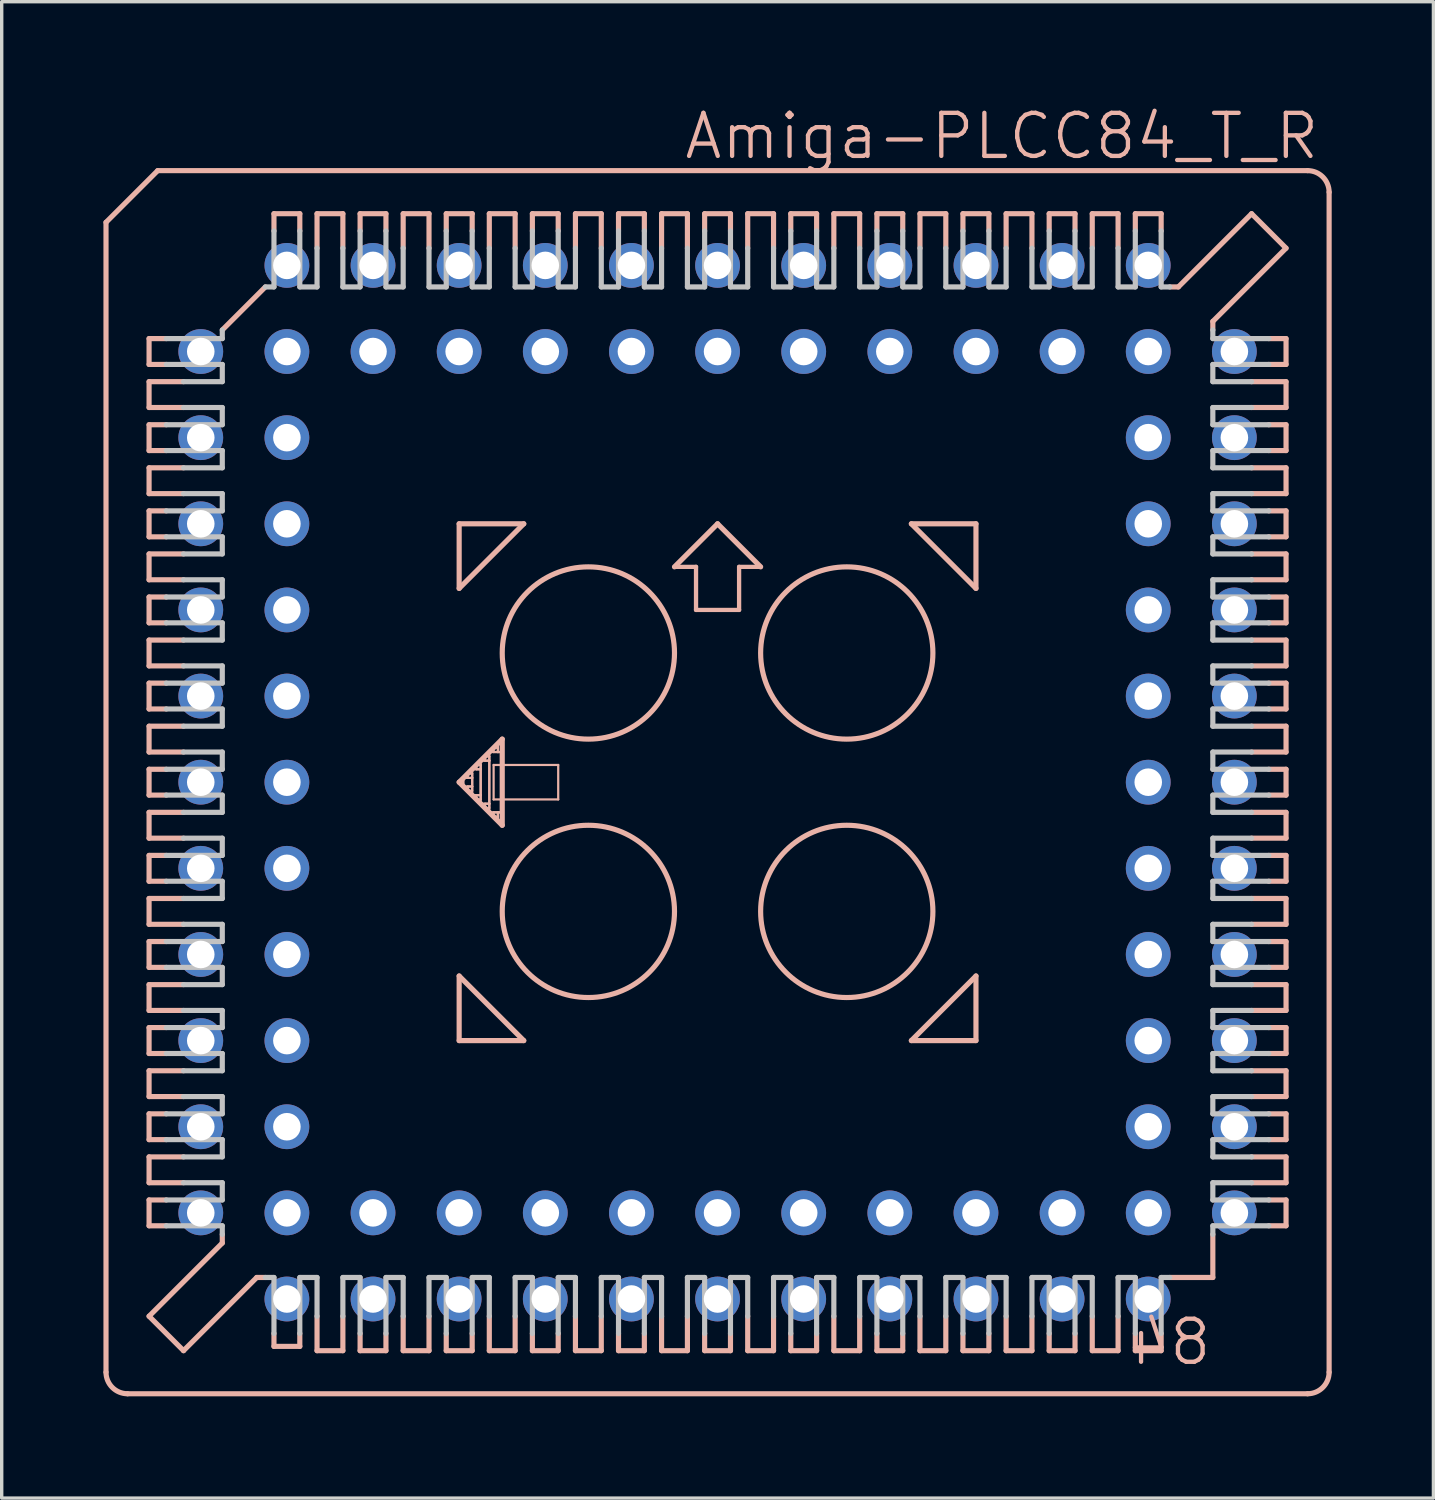
<source format=kicad_pcb>
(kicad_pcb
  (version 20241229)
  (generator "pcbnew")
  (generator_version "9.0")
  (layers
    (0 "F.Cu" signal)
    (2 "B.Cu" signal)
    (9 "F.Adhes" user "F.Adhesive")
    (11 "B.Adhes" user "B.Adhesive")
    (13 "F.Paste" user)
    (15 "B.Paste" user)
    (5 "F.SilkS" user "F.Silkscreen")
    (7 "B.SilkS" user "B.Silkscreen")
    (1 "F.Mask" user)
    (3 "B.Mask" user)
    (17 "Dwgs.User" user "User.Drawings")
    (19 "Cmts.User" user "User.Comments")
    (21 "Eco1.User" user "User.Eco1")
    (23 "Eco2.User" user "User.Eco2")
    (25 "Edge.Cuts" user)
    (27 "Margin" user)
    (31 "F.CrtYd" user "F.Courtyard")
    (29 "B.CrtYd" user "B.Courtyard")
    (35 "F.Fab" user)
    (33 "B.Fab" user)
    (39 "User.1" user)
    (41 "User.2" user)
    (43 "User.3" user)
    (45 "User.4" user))
  (footprint "Amiga-PLCC84_T_R"
    (layer "F.Cu")
    (at 18.11 20.016)
    (property "Reference" "Amiga-PLCC84_T_R" (at 8.382 -19.05 180) (layer "B.SilkS") (effects (font (size 1.27 1.27) (thickness 0.127))))
    (attr exclude_from_pos_files exclude_from_bom)
    (fp_line (start -18.034 -16.51) (end -16.51 -18.034) (stroke (width 0.152) (type solid)) (layer "B.SilkS"))
    (fp_line (start -18.034 17.399) (end -18.034 -16.51) (stroke (width 0.152) (type solid)) (layer "B.SilkS"))
    (fp_line (start -17.399 18.034) (end 17.399 18.034) (stroke (width 0.152) (type solid)) (layer "B.SilkS"))
    (fp_line (start -16.764 -13.081) (end -16.256 -13.081) (stroke (width 0.152) (type solid)) (layer "B.SilkS"))
    (fp_line (start -16.764 -12.319) (end -16.764 -13.081) (stroke (width 0.152) (type solid)) (layer "B.SilkS"))
    (fp_line (start -16.764 -11.811) (end -16.764 -11.049) (stroke (width 0.152) (type solid)) (layer "B.SilkS"))
    (fp_line (start -16.764 -11.049) (end -15.748 -11.049) (stroke (width 0.152) (type solid)) (layer "B.SilkS"))
    (fp_line (start -16.764 -10.541) (end -16.256 -10.541) (stroke (width 0.152) (type solid)) (layer "B.SilkS"))
    (fp_line (start -16.764 -9.779) (end -16.764 -10.541) (stroke (width 0.152) (type solid)) (layer "B.SilkS"))
    (fp_line (start -16.764 -9.271) (end -15.748 -9.271) (stroke (width 0.152) (type solid)) (layer "B.SilkS"))
    (fp_line (start -16.764 -8.509) (end -16.764 -9.271) (stroke (width 0.152) (type solid)) (layer "B.SilkS"))
    (fp_line (start -16.764 -8.001) (end -16.256 -8.001) (stroke (width 0.152) (type solid)) (layer "B.SilkS"))
    (fp_line (start -16.764 -7.236) (end -16.764 -8.001) (stroke (width 0.152) (type solid)) (layer "B.SilkS"))
    (fp_line (start -16.764 -6.731) (end -15.748 -6.731) (stroke (width 0.152) (type solid)) (layer "B.SilkS"))
    (fp_line (start -16.764 -5.969) (end -16.764 -6.731) (stroke (width 0.152) (type solid)) (layer "B.SilkS"))
    (fp_line (start -16.764 -5.461) (end -16.256 -5.461) (stroke (width 0.152) (type solid)) (layer "B.SilkS"))
    (fp_line (start -16.764 -4.699) (end -16.764 -5.461) (stroke (width 0.152) (type solid)) (layer "B.SilkS"))
    (fp_line (start -16.764 -4.191) (end -15.748 -4.191) (stroke (width 0.152) (type solid)) (layer "B.SilkS"))
    (fp_line (start -16.764 -3.429) (end -16.764 -4.191) (stroke (width 0.152) (type solid)) (layer "B.SilkS"))
    (fp_line (start -16.764 -2.921) (end -16.256 -2.921) (stroke (width 0.152) (type solid)) (layer "B.SilkS"))
    (fp_line (start -16.764 -2.159) (end -16.764 -2.921) (stroke (width 0.152) (type solid)) (layer "B.SilkS"))
    (fp_line (start -16.764 -1.651) (end -15.748 -1.651) (stroke (width 0.152) (type solid)) (layer "B.SilkS"))
    (fp_line (start -16.764 -0.889) (end -16.764 -1.651) (stroke (width 0.152) (type solid)) (layer "B.SilkS"))
    (fp_line (start -16.764 -0.381) (end -16.256 -0.381) (stroke (width 0.152) (type solid)) (layer "B.SilkS"))
    (fp_line (start -16.764 0.381) (end -16.764 -0.381) (stroke (width 0.152) (type solid)) (layer "B.SilkS"))
    (fp_line (start -16.764 0.889) (end -15.748 0.889) (stroke (width 0.152) (type solid)) (layer "B.SilkS"))
    (fp_line (start -16.764 1.651) (end -16.764 0.889) (stroke (width 0.152) (type solid)) (layer "B.SilkS"))
    (fp_line (start -16.764 2.159) (end -16.256 2.159) (stroke (width 0.152) (type solid)) (layer "B.SilkS"))
    (fp_line (start -16.764 2.921) (end -16.764 2.159) (stroke (width 0.152) (type solid)) (layer "B.SilkS"))
    (fp_line (start -16.764 3.429) (end -15.748 3.429) (stroke (width 0.152) (type solid)) (layer "B.SilkS"))
    (fp_line (start -16.764 4.191) (end -16.764 3.429) (stroke (width 0.152) (type solid)) (layer "B.SilkS"))
    (fp_line (start -16.764 4.699) (end -16.256 4.699) (stroke (width 0.152) (type solid)) (layer "B.SilkS"))
    (fp_line (start -16.764 5.461) (end -16.764 4.699) (stroke (width 0.152) (type solid)) (layer "B.SilkS"))
    (fp_line (start -16.764 5.969) (end -15.748 5.969) (stroke (width 0.152) (type solid)) (layer "B.SilkS"))
    (fp_line (start -16.764 6.731) (end -16.764 5.969) (stroke (width 0.152) (type solid)) (layer "B.SilkS"))
    (fp_line (start -16.764 7.236) (end -16.764 8.001) (stroke (width 0.152) (type solid)) (layer "B.SilkS"))
    (fp_line (start -16.764 8.001) (end -16.256 8.001) (stroke (width 0.152) (type solid)) (layer "B.SilkS"))
    (fp_line (start -16.764 8.509) (end -15.748 8.509) (stroke (width 0.152) (type solid)) (layer "B.SilkS"))
    (fp_line (start -16.764 9.271) (end -16.764 8.509) (stroke (width 0.152) (type solid)) (layer "B.SilkS"))
    (fp_line (start -16.764 9.779) (end -16.256 9.779) (stroke (width 0.152) (type solid)) (layer "B.SilkS"))
    (fp_line (start -16.764 10.541) (end -16.764 9.779) (stroke (width 0.152) (type solid)) (layer "B.SilkS"))
    (fp_line (start -16.764 11.049) (end -15.748 11.049) (stroke (width 0.152) (type solid)) (layer "B.SilkS"))
    (fp_line (start -16.764 11.811) (end -16.764 11.049) (stroke (width 0.152) (type solid)) (layer "B.SilkS"))
    (fp_line (start -16.764 12.319) (end -16.256 12.319) (stroke (width 0.152) (type solid)) (layer "B.SilkS"))
    (fp_line (start -16.764 13.081) (end -16.764 12.319) (stroke (width 0.152) (type solid)) (layer "B.SilkS"))
    (fp_line (start -16.764 15.748) (end -14.605 13.589) (stroke (width 0.152) (type solid)) (layer "B.SilkS"))
    (fp_line (start -16.51 -18.034) (end 17.399 -18.034) (stroke (width 0.152) (type solid)) (layer "B.SilkS"))
    (fp_line (start -16.256 -12.319) (end -16.764 -12.319) (stroke (width 0.152) (type solid)) (layer "B.SilkS"))
    (fp_line (start -16.256 -9.779) (end -16.764 -9.779) (stroke (width 0.152) (type solid)) (layer "B.SilkS"))
    (fp_line (start -16.256 -7.236) (end -16.764 -7.236) (stroke (width 0.152) (type solid)) (layer "B.SilkS"))
    (fp_line (start -16.256 -4.699) (end -16.764 -4.699) (stroke (width 0.152) (type solid)) (layer "B.SilkS"))
    (fp_line (start -16.256 -2.159) (end -16.764 -2.159) (stroke (width 0.152) (type solid)) (layer "B.SilkS"))
    (fp_line (start -16.256 0.381) (end -16.764 0.381) (stroke (width 0.152) (type solid)) (layer "B.SilkS"))
    (fp_line (start -16.256 2.921) (end -16.764 2.921) (stroke (width 0.152) (type solid)) (layer "B.SilkS"))
    (fp_line (start -16.256 5.461) (end -16.764 5.461) (stroke (width 0.152) (type solid)) (layer "B.SilkS"))
    (fp_line (start -16.256 7.236) (end -16.764 7.236) (stroke (width 0.152) (type solid)) (layer "B.SilkS"))
    (fp_line (start -16.256 10.541) (end -16.764 10.541) (stroke (width 0.152) (type solid)) (layer "B.SilkS"))
    (fp_line (start -16.256 13.081) (end -16.764 13.081) (stroke (width 0.152) (type solid)) (layer "B.SilkS"))
    (fp_line (start -15.748 -11.811) (end -16.764 -11.811) (stroke (width 0.152) (type solid)) (layer "B.SilkS"))
    (fp_line (start -15.748 -8.509) (end -16.764 -8.509) (stroke (width 0.152) (type solid)) (layer "B.SilkS"))
    (fp_line (start -15.748 -5.969) (end -16.764 -5.969) (stroke (width 0.152) (type solid)) (layer "B.SilkS"))
    (fp_line (start -15.748 -3.429) (end -16.764 -3.429) (stroke (width 0.152) (type solid)) (layer "B.SilkS"))
    (fp_line (start -15.748 -0.889) (end -16.764 -0.889) (stroke (width 0.152) (type solid)) (layer "B.SilkS"))
    (fp_line (start -15.748 1.651) (end -16.764 1.651) (stroke (width 0.152) (type solid)) (layer "B.SilkS"))
    (fp_line (start -15.748 4.191) (end -16.764 4.191) (stroke (width 0.152) (type solid)) (layer "B.SilkS"))
    (fp_line (start -15.748 6.731) (end -16.764 6.731) (stroke (width 0.152) (type solid)) (layer "B.SilkS"))
    (fp_line (start -15.748 9.271) (end -16.764 9.271) (stroke (width 0.152) (type solid)) (layer "B.SilkS"))
    (fp_line (start -15.748 11.811) (end -16.764 11.811) (stroke (width 0.152) (type solid)) (layer "B.SilkS"))
    (fp_line (start -15.748 16.764) (end -16.764 15.748) (stroke (width 0.152) (type solid)) (layer "B.SilkS"))
    (fp_line (start -15.748 16.764) (end -13.589 14.605) (stroke (width 0.152) (type solid)) (layer "B.SilkS"))
    (fp_line (start -14.605 13.589) (end -14.605 13.335) (stroke (width 0.152) (type solid)) (layer "B.SilkS"))
    (fp_line (start -13.589 14.605) (end -13.335 14.605) (stroke (width 0.152) (type solid)) (layer "B.SilkS"))
    (fp_line (start -13.335 -14.605) (end -14.605 -13.335) (stroke (width 0.152) (type solid)) (layer "B.SilkS"))
    (fp_line (start -13.081 -16.764) (end -12.319 -16.764) (stroke (width 0.152) (type solid)) (layer "B.SilkS"))
    (fp_line (start -13.081 -16.256) (end -13.081 -16.764) (stroke (width 0.152) (type solid)) (layer "B.SilkS"))
    (fp_line (start -13.081 16.256) (end -13.081 16.637) (stroke (width 0.152) (type solid)) (layer "B.SilkS"))
    (fp_line (start -13.081 16.637) (end -12.319 16.637) (stroke (width 0.152) (type solid)) (layer "B.SilkS"))
    (fp_line (start -12.319 -16.764) (end -12.319 -16.256) (stroke (width 0.152) (type solid)) (layer "B.SilkS"))
    (fp_line (start -12.319 16.637) (end -12.319 16.256) (stroke (width 0.152) (type solid)) (layer "B.SilkS"))
    (fp_line (start -11.811 -16.764) (end -11.049 -16.764) (stroke (width 0.152) (type solid)) (layer "B.SilkS"))
    (fp_line (start -11.811 -15.748) (end -11.811 -16.764) (stroke (width 0.152) (type solid)) (layer "B.SilkS"))
    (fp_line (start -11.811 15.748) (end -11.811 16.764) (stroke (width 0.152) (type solid)) (layer "B.SilkS"))
    (fp_line (start -11.811 16.764) (end -11.049 16.764) (stroke (width 0.152) (type solid)) (layer "B.SilkS"))
    (fp_line (start -11.049 -16.764) (end -11.049 -15.748) (stroke (width 0.152) (type solid)) (layer "B.SilkS"))
    (fp_line (start -11.049 16.764) (end -11.049 15.748) (stroke (width 0.152) (type solid)) (layer "B.SilkS"))
    (fp_line (start -10.541 -16.764) (end -9.779 -16.764) (stroke (width 0.152) (type solid)) (layer "B.SilkS"))
    (fp_line (start -10.541 -16.256) (end -10.541 -16.764) (stroke (width 0.152) (type solid)) (layer "B.SilkS"))
    (fp_line (start -10.541 16.764) (end -10.541 16.256) (stroke (width 0.152) (type solid)) (layer "B.SilkS"))
    (fp_line (start -9.779 -16.764) (end -9.779 -16.256) (stroke (width 0.152) (type solid)) (layer "B.SilkS"))
    (fp_line (start -9.779 16.256) (end -9.779 16.764) (stroke (width 0.152) (type solid)) (layer "B.SilkS"))
    (fp_line (start -9.779 16.764) (end -10.541 16.764) (stroke (width 0.152) (type solid)) (layer "B.SilkS"))
    (fp_line (start -9.271 -16.764) (end -8.509 -16.764) (stroke (width 0.152) (type solid)) (layer "B.SilkS"))
    (fp_line (start -9.271 -15.748) (end -9.271 -16.764) (stroke (width 0.152) (type solid)) (layer "B.SilkS"))
    (fp_line (start -9.271 16.764) (end -9.271 15.748) (stroke (width 0.152) (type solid)) (layer "B.SilkS"))
    (fp_line (start -8.509 -16.764) (end -8.509 -15.748) (stroke (width 0.152) (type solid)) (layer "B.SilkS"))
    (fp_line (start -8.509 15.748) (end -8.509 16.764) (stroke (width 0.152) (type solid)) (layer "B.SilkS"))
    (fp_line (start -8.509 16.764) (end -9.271 16.764) (stroke (width 0.152) (type solid)) (layer "B.SilkS"))
    (fp_line (start -8.001 -16.764) (end -8.001 -16.256) (stroke (width 0.152) (type solid)) (layer "B.SilkS"))
    (fp_line (start -8.001 16.764) (end -8.001 16.256) (stroke (width 0.152) (type solid)) (layer "B.SilkS"))
    (fp_line (start -7.62 -7.62) (end -7.62 -5.715) (stroke (width 0.152) (type solid)) (layer "B.SilkS"))
    (fp_line (start -7.62 -5.715) (end -5.715 -7.62) (stroke (width 0.152) (type solid)) (layer "B.SilkS"))
    (fp_line (start -7.62 0) (end -6.35 -1.27) (stroke (width 0.152) (type solid)) (layer "B.SilkS"))
    (fp_line (start -7.62 5.715) (end -5.715 7.62) (stroke (width 0.152) (type solid)) (layer "B.SilkS"))
    (fp_line (start -7.62 7.62) (end -7.62 5.715) (stroke (width 0.152) (type solid)) (layer "B.SilkS"))
    (fp_line (start -7.493 -0.127) (end -7.493 0.127) (stroke (width 0.066) (type solid)) (layer "B.SilkS"))
    (fp_line (start -7.493 -0.127) (end -7.236 -0.127) (stroke (width 0.066) (type solid)) (layer "B.SilkS"))
    (fp_line (start -7.493 0.127) (end -7.236 0.127) (stroke (width 0.066) (type solid)) (layer "B.SilkS"))
    (fp_line (start -7.366 -0.254) (end -7.366 -0.127) (stroke (width 0.066) (type solid)) (layer "B.SilkS"))
    (fp_line (start -7.366 -0.254) (end -7.236 -0.254) (stroke (width 0.066) (type solid)) (layer "B.SilkS"))
    (fp_line (start -7.366 -0.127) (end -7.236 -0.127) (stroke (width 0.066) (type solid)) (layer "B.SilkS"))
    (fp_line (start -7.366 0.127) (end -7.366 0.254) (stroke (width 0.066) (type solid)) (layer "B.SilkS"))
    (fp_line (start -7.366 0.127) (end -7.236 0.127) (stroke (width 0.066) (type solid)) (layer "B.SilkS"))
    (fp_line (start -7.366 0.254) (end -7.236 0.254) (stroke (width 0.066) (type solid)) (layer "B.SilkS"))
    (fp_line (start -7.236 -16.764) (end -8.001 -16.764) (stroke (width 0.152) (type solid)) (layer "B.SilkS"))
    (fp_line (start -7.236 -16.256) (end -7.236 -16.764) (stroke (width 0.152) (type solid)) (layer "B.SilkS"))
    (fp_line (start -7.236 -0.381) (end -7.236 0.381) (stroke (width 0.066) (type solid)) (layer "B.SilkS"))
    (fp_line (start -7.236 -0.381) (end -6.985 -0.381) (stroke (width 0.066) (type solid)) (layer "B.SilkS"))
    (fp_line (start -7.236 -0.254) (end -7.236 -0.127) (stroke (width 0.066) (type solid)) (layer "B.SilkS"))
    (fp_line (start -7.236 -0.127) (end -7.236 0.127) (stroke (width 0.066) (type solid)) (layer "B.SilkS"))
    (fp_line (start -7.236 0.127) (end -7.236 0.254) (stroke (width 0.066) (type solid)) (layer "B.SilkS"))
    (fp_line (start -7.236 0.381) (end -6.985 0.381) (stroke (width 0.066) (type solid)) (layer "B.SilkS"))
    (fp_line (start -7.236 16.256) (end -7.236 16.764) (stroke (width 0.152) (type solid)) (layer "B.SilkS"))
    (fp_line (start -7.236 16.764) (end -8.001 16.764) (stroke (width 0.152) (type solid)) (layer "B.SilkS"))
    (fp_line (start -7.112 -0.508) (end -7.112 -0.381) (stroke (width 0.066) (type solid)) (layer "B.SilkS"))
    (fp_line (start -7.112 -0.508) (end -6.985 -0.508) (stroke (width 0.066) (type solid)) (layer "B.SilkS"))
    (fp_line (start -7.112 -0.381) (end -6.985 -0.381) (stroke (width 0.066) (type solid)) (layer "B.SilkS"))
    (fp_line (start -7.112 0.381) (end -7.112 0.508) (stroke (width 0.066) (type solid)) (layer "B.SilkS"))
    (fp_line (start -7.112 0.381) (end -6.985 0.381) (stroke (width 0.066) (type solid)) (layer "B.SilkS"))
    (fp_line (start -7.112 0.508) (end -6.985 0.508) (stroke (width 0.066) (type solid)) (layer "B.SilkS"))
    (fp_line (start -6.985 -0.635) (end -6.985 0.635) (stroke (width 0.066) (type solid)) (layer "B.SilkS"))
    (fp_line (start -6.985 -0.635) (end -6.731 -0.635) (stroke (width 0.066) (type solid)) (layer "B.SilkS"))
    (fp_line (start -6.985 -0.508) (end -6.985 -0.381) (stroke (width 0.066) (type solid)) (layer "B.SilkS"))
    (fp_line (start -6.985 -0.381) (end -6.985 0.381) (stroke (width 0.066) (type solid)) (layer "B.SilkS"))
    (fp_line (start -6.985 0.381) (end -6.985 0.508) (stroke (width 0.066) (type solid)) (layer "B.SilkS"))
    (fp_line (start -6.985 0.635) (end -6.731 0.635) (stroke (width 0.066) (type solid)) (layer "B.SilkS"))
    (fp_line (start -6.858 -0.762) (end -6.858 -0.635) (stroke (width 0.066) (type solid)) (layer "B.SilkS"))
    (fp_line (start -6.858 -0.762) (end -6.731 -0.762) (stroke (width 0.066) (type solid)) (layer "B.SilkS"))
    (fp_line (start -6.858 -0.635) (end -6.731 -0.635) (stroke (width 0.066) (type solid)) (layer "B.SilkS"))
    (fp_line (start -6.858 0.635) (end -6.858 0.762) (stroke (width 0.066) (type solid)) (layer "B.SilkS"))
    (fp_line (start -6.858 0.635) (end -6.731 0.635) (stroke (width 0.066) (type solid)) (layer "B.SilkS"))
    (fp_line (start -6.858 0.762) (end -6.731 0.762) (stroke (width 0.066) (type solid)) (layer "B.SilkS"))
    (fp_line (start -6.731 -16.764) (end -5.969 -16.764) (stroke (width 0.152) (type solid)) (layer "B.SilkS"))
    (fp_line (start -6.731 -15.748) (end -6.731 -16.764) (stroke (width 0.152) (type solid)) (layer "B.SilkS"))
    (fp_line (start -6.731 -0.889) (end -6.731 0.889) (stroke (width 0.066) (type solid)) (layer "B.SilkS"))
    (fp_line (start -6.731 -0.889) (end -6.35 -0.889) (stroke (width 0.066) (type solid)) (layer "B.SilkS"))
    (fp_line (start -6.731 -0.762) (end -6.731 -0.635) (stroke (width 0.066) (type solid)) (layer "B.SilkS"))
    (fp_line (start -6.731 -0.635) (end -6.731 0.635) (stroke (width 0.066) (type solid)) (layer "B.SilkS"))
    (fp_line (start -6.731 0.635) (end -6.731 0.762) (stroke (width 0.066) (type solid)) (layer "B.SilkS"))
    (fp_line (start -6.731 0.889) (end -6.35 0.889) (stroke (width 0.066) (type solid)) (layer "B.SilkS"))
    (fp_line (start -6.731 16.764) (end -6.731 15.748) (stroke (width 0.152) (type solid)) (layer "B.SilkS"))
    (fp_line (start -6.604 -1.016) (end -6.604 -0.889) (stroke (width 0.066) (type solid)) (layer "B.SilkS"))
    (fp_line (start -6.604 -1.016) (end -6.477 -1.016) (stroke (width 0.066) (type solid)) (layer "B.SilkS"))
    (fp_line (start -6.604 -0.889) (end -6.477 -0.889) (stroke (width 0.066) (type solid)) (layer "B.SilkS"))
    (fp_line (start -6.604 -0.508) (end -6.604 0.508) (stroke (width 0.066) (type solid)) (layer "B.SilkS"))
    (fp_line (start -6.604 -0.508) (end -4.699 -0.508) (stroke (width 0.066) (type solid)) (layer "B.SilkS"))
    (fp_line (start -6.604 0.508) (end -4.699 0.508) (stroke (width 0.066) (type solid)) (layer "B.SilkS"))
    (fp_line (start -6.604 0.889) (end -6.604 1.016) (stroke (width 0.066) (type solid)) (layer "B.SilkS"))
    (fp_line (start -6.604 0.889) (end -6.477 0.889) (stroke (width 0.066) (type solid)) (layer "B.SilkS"))
    (fp_line (start -6.604 1.016) (end -6.477 1.016) (stroke (width 0.066) (type solid)) (layer "B.SilkS"))
    (fp_line (start -6.477 -1.143) (end -6.477 -0.889) (stroke (width 0.066) (type solid)) (layer "B.SilkS"))
    (fp_line (start -6.477 -1.143) (end -6.35 -1.143) (stroke (width 0.066) (type solid)) (layer "B.SilkS"))
    (fp_line (start -6.477 -1.016) (end -6.477 -0.889) (stroke (width 0.066) (type solid)) (layer "B.SilkS"))
    (fp_line (start -6.477 -0.889) (end -6.35 -0.889) (stroke (width 0.066) (type solid)) (layer "B.SilkS"))
    (fp_line (start -6.477 0.889) (end -6.477 1.016) (stroke (width 0.066) (type solid)) (layer "B.SilkS"))
    (fp_line (start -6.477 0.889) (end -6.477 1.143) (stroke (width 0.066) (type solid)) (layer "B.SilkS"))
    (fp_line (start -6.477 0.889) (end -6.35 0.889) (stroke (width 0.066) (type solid)) (layer "B.SilkS"))
    (fp_line (start -6.477 1.143) (end -6.35 1.143) (stroke (width 0.066) (type solid)) (layer "B.SilkS"))
    (fp_line (start -6.35 -1.27) (end -6.35 1.27) (stroke (width 0.152) (type solid)) (layer "B.SilkS"))
    (fp_line (start -6.35 -1.143) (end -6.35 -0.889) (stroke (width 0.066) (type solid)) (layer "B.SilkS"))
    (fp_line (start -6.35 -0.889) (end -6.35 0.889) (stroke (width 0.066) (type solid)) (layer "B.SilkS"))
    (fp_line (start -6.35 0.889) (end -6.35 1.143) (stroke (width 0.066) (type solid)) (layer "B.SilkS"))
    (fp_line (start -6.35 1.27) (end -7.62 0) (stroke (width 0.152) (type solid)) (layer "B.SilkS"))
    (fp_line (start -5.969 -16.764) (end -5.969 -15.748) (stroke (width 0.152) (type solid)) (layer "B.SilkS"))
    (fp_line (start -5.969 15.748) (end -5.969 16.764) (stroke (width 0.152) (type solid)) (layer "B.SilkS"))
    (fp_line (start -5.969 16.764) (end -6.731 16.764) (stroke (width 0.152) (type solid)) (layer "B.SilkS"))
    (fp_line (start -5.715 -7.62) (end -7.62 -7.62) (stroke (width 0.152) (type solid)) (layer "B.SilkS"))
    (fp_line (start -5.715 7.62) (end -7.62 7.62) (stroke (width 0.152) (type solid)) (layer "B.SilkS"))
    (fp_line (start -5.461 -16.764) (end -4.699 -16.764) (stroke (width 0.152) (type solid)) (layer "B.SilkS"))
    (fp_line (start -5.461 -16.256) (end -5.461 -16.764) (stroke (width 0.152) (type solid)) (layer "B.SilkS"))
    (fp_line (start -5.461 16.256) (end -5.461 16.764) (stroke (width 0.152) (type solid)) (layer "B.SilkS"))
    (fp_line (start -5.461 16.764) (end -4.699 16.764) (stroke (width 0.152) (type solid)) (layer "B.SilkS"))
    (fp_line (start -4.699 -16.764) (end -4.699 -16.256) (stroke (width 0.152) (type solid)) (layer "B.SilkS"))
    (fp_line (start -4.699 -0.508) (end -4.699 0.508) (stroke (width 0.066) (type solid)) (layer "B.SilkS"))
    (fp_line (start -4.699 16.764) (end -4.699 16.256) (stroke (width 0.152) (type solid)) (layer "B.SilkS"))
    (fp_line (start -4.191 -16.764) (end -3.429 -16.764) (stroke (width 0.152) (type solid)) (layer "B.SilkS"))
    (fp_line (start -4.191 -15.748) (end -4.191 -16.764) (stroke (width 0.152) (type solid)) (layer "B.SilkS"))
    (fp_line (start -4.191 15.748) (end -4.191 16.764) (stroke (width 0.152) (type solid)) (layer "B.SilkS"))
    (fp_line (start -4.191 16.764) (end -3.429 16.764) (stroke (width 0.152) (type solid)) (layer "B.SilkS"))
    (fp_line (start -3.429 -16.764) (end -3.429 -15.748) (stroke (width 0.152) (type solid)) (layer "B.SilkS"))
    (fp_line (start -3.429 16.764) (end -3.429 15.748) (stroke (width 0.152) (type solid)) (layer "B.SilkS"))
    (fp_line (start -2.921 -16.764) (end -2.159 -16.764) (stroke (width 0.152) (type solid)) (layer "B.SilkS"))
    (fp_line (start -2.921 -16.256) (end -2.921 -16.764) (stroke (width 0.152) (type solid)) (layer "B.SilkS"))
    (fp_line (start -2.921 16.256) (end -2.921 16.764) (stroke (width 0.152) (type solid)) (layer "B.SilkS"))
    (fp_line (start -2.921 16.764) (end -2.159 16.764) (stroke (width 0.152) (type solid)) (layer "B.SilkS"))
    (fp_line (start -2.159 -16.764) (end -2.159 -16.256) (stroke (width 0.152) (type solid)) (layer "B.SilkS"))
    (fp_line (start -2.159 16.764) (end -2.159 16.256) (stroke (width 0.152) (type solid)) (layer "B.SilkS"))
    (fp_line (start -1.651 -16.764) (end -1.651 -15.748) (stroke (width 0.152) (type solid)) (layer "B.SilkS"))
    (fp_line (start -1.651 15.748) (end -1.651 16.764) (stroke (width 0.152) (type solid)) (layer "B.SilkS"))
    (fp_line (start -1.651 16.764) (end -0.889 16.764) (stroke (width 0.152) (type solid)) (layer "B.SilkS"))
    (fp_line (start -1.27 -6.35) (end -0.635 -6.35) (stroke (width 0.127) (type solid)) (layer "B.SilkS"))
    (fp_line (start -1.27 -6.35) (end 0 -7.62) (stroke (width 0.152) (type solid)) (layer "B.SilkS"))
    (fp_line (start -0.889 -16.764) (end -1.651 -16.764) (stroke (width 0.152) (type solid)) (layer "B.SilkS"))
    (fp_line (start -0.889 -15.748) (end -0.889 -16.764) (stroke (width 0.152) (type solid)) (layer "B.SilkS"))
    (fp_line (start -0.889 16.764) (end -0.889 15.748) (stroke (width 0.152) (type solid)) (layer "B.SilkS"))
    (fp_line (start -0.635 -6.35) (end -0.635 -5.08) (stroke (width 0.127) (type solid)) (layer "B.SilkS"))
    (fp_line (start -0.635 -5.08) (end 0.635 -5.08) (stroke (width 0.127) (type solid)) (layer "B.SilkS"))
    (fp_line (start -0.381 -16.764) (end -0.381 -16.256) (stroke (width 0.152) (type solid)) (layer "B.SilkS"))
    (fp_line (start -0.381 16.256) (end -0.381 16.764) (stroke (width 0.152) (type solid)) (layer "B.SilkS"))
    (fp_line (start -0.381 16.764) (end 0.381 16.764) (stroke (width 0.152) (type solid)) (layer "B.SilkS"))
    (fp_line (start 0 -7.62) (end 1.27 -6.35) (stroke (width 0.152) (type solid)) (layer "B.SilkS"))
    (fp_line (start 0.381 -16.764) (end -0.381 -16.764) (stroke (width 0.152) (type solid)) (layer "B.SilkS"))
    (fp_line (start 0.381 -16.256) (end 0.381 -16.764) (stroke (width 0.152) (type solid)) (layer "B.SilkS"))
    (fp_line (start 0.381 16.764) (end 0.381 16.256) (stroke (width 0.152) (type solid)) (layer "B.SilkS"))
    (fp_line (start 0.635 -6.35) (end 1.27 -6.35) (stroke (width 0.127) (type solid)) (layer "B.SilkS"))
    (fp_line (start 0.635 -5.08) (end 0.635 -6.35) (stroke (width 0.127) (type solid)) (layer "B.SilkS"))
    (fp_line (start 0.889 -16.764) (end 0.889 -15.748) (stroke (width 0.152) (type solid)) (layer "B.SilkS"))
    (fp_line (start 0.889 15.748) (end 0.889 16.764) (stroke (width 0.152) (type solid)) (layer "B.SilkS"))
    (fp_line (start 0.889 16.764) (end 1.651 16.764) (stroke (width 0.152) (type solid)) (layer "B.SilkS"))
    (fp_line (start 1.651 -16.764) (end 0.889 -16.764) (stroke (width 0.152) (type solid)) (layer "B.SilkS"))
    (fp_line (start 1.651 -15.748) (end 1.651 -16.764) (stroke (width 0.152) (type solid)) (layer "B.SilkS"))
    (fp_line (start 1.651 16.764) (end 1.651 15.748) (stroke (width 0.152) (type solid)) (layer "B.SilkS"))
    (fp_line (start 2.159 -16.764) (end 2.159 -16.256) (stroke (width 0.152) (type solid)) (layer "B.SilkS"))
    (fp_line (start 2.159 16.764) (end 2.159 16.256) (stroke (width 0.152) (type solid)) (layer "B.SilkS"))
    (fp_line (start 2.921 -16.764) (end 2.159 -16.764) (stroke (width 0.152) (type solid)) (layer "B.SilkS"))
    (fp_line (start 2.921 -16.256) (end 2.921 -16.764) (stroke (width 0.152) (type solid)) (layer "B.SilkS"))
    (fp_line (start 2.921 16.256) (end 2.921 16.764) (stroke (width 0.152) (type solid)) (layer "B.SilkS"))
    (fp_line (start 2.921 16.764) (end 2.159 16.764) (stroke (width 0.152) (type solid)) (layer "B.SilkS"))
    (fp_line (start 3.429 -16.764) (end 3.429 -15.748) (stroke (width 0.152) (type solid)) (layer "B.SilkS"))
    (fp_line (start 3.429 16.764) (end 3.429 15.748) (stroke (width 0.152) (type solid)) (layer "B.SilkS"))
    (fp_line (start 4.191 -16.764) (end 3.429 -16.764) (stroke (width 0.152) (type solid)) (layer "B.SilkS"))
    (fp_line (start 4.191 -15.748) (end 4.191 -16.764) (stroke (width 0.152) (type solid)) (layer "B.SilkS"))
    (fp_line (start 4.191 15.748) (end 4.191 16.764) (stroke (width 0.152) (type solid)) (layer "B.SilkS"))
    (fp_line (start 4.191 16.764) (end 3.429 16.764) (stroke (width 0.152) (type solid)) (layer "B.SilkS"))
    (fp_line (start 4.699 -16.764) (end 4.699 -16.256) (stroke (width 0.152) (type solid)) (layer "B.SilkS"))
    (fp_line (start 4.699 16.764) (end 4.699 16.256) (stroke (width 0.152) (type solid)) (layer "B.SilkS"))
    (fp_line (start 5.461 -16.764) (end 4.699 -16.764) (stroke (width 0.152) (type solid)) (layer "B.SilkS"))
    (fp_line (start 5.461 -16.256) (end 5.461 -16.764) (stroke (width 0.152) (type solid)) (layer "B.SilkS"))
    (fp_line (start 5.461 16.256) (end 5.461 16.764) (stroke (width 0.152) (type solid)) (layer "B.SilkS"))
    (fp_line (start 5.461 16.764) (end 4.699 16.764) (stroke (width 0.152) (type solid)) (layer "B.SilkS"))
    (fp_line (start 5.715 -7.62) (end 7.62 -5.715) (stroke (width 0.152) (type solid)) (layer "B.SilkS"))
    (fp_line (start 5.715 7.62) (end 7.62 5.715) (stroke (width 0.152) (type solid)) (layer "B.SilkS"))
    (fp_line (start 5.969 -16.764) (end 6.731 -16.764) (stroke (width 0.152) (type solid)) (layer "B.SilkS"))
    (fp_line (start 5.969 -15.748) (end 5.969 -16.764) (stroke (width 0.152) (type solid)) (layer "B.SilkS"))
    (fp_line (start 5.969 16.764) (end 5.969 15.748) (stroke (width 0.152) (type solid)) (layer "B.SilkS"))
    (fp_line (start 6.731 -16.764) (end 6.731 -15.748) (stroke (width 0.152) (type solid)) (layer "B.SilkS"))
    (fp_line (start 6.731 15.748) (end 6.731 16.764) (stroke (width 0.152) (type solid)) (layer "B.SilkS"))
    (fp_line (start 6.731 16.764) (end 5.969 16.764) (stroke (width 0.152) (type solid)) (layer "B.SilkS"))
    (fp_line (start 7.236 -16.764) (end 8.001 -16.764) (stroke (width 0.152) (type solid)) (layer "B.SilkS"))
    (fp_line (start 7.236 -16.256) (end 7.236 -16.764) (stroke (width 0.152) (type solid)) (layer "B.SilkS"))
    (fp_line (start 7.236 16.256) (end 7.236 16.764) (stroke (width 0.152) (type solid)) (layer "B.SilkS"))
    (fp_line (start 7.236 16.764) (end 8.001 16.764) (stroke (width 0.152) (type solid)) (layer "B.SilkS"))
    (fp_line (start 7.62 -7.62) (end 5.715 -7.62) (stroke (width 0.152) (type solid)) (layer "B.SilkS"))
    (fp_line (start 7.62 -5.715) (end 7.62 -7.62) (stroke (width 0.152) (type solid)) (layer "B.SilkS"))
    (fp_line (start 7.62 5.715) (end 7.62 7.62) (stroke (width 0.152) (type solid)) (layer "B.SilkS"))
    (fp_line (start 7.62 7.62) (end 5.715 7.62) (stroke (width 0.152) (type solid)) (layer "B.SilkS"))
    (fp_line (start 8.001 -16.764) (end 8.001 -16.256) (stroke (width 0.152) (type solid)) (layer "B.SilkS"))
    (fp_line (start 8.001 16.764) (end 8.001 16.256) (stroke (width 0.152) (type solid)) (layer "B.SilkS"))
    (fp_line (start 8.509 -16.764) (end 9.271 -16.764) (stroke (width 0.152) (type solid)) (layer "B.SilkS"))
    (fp_line (start 8.509 -15.748) (end 8.509 -16.764) (stroke (width 0.152) (type solid)) (layer "B.SilkS"))
    (fp_line (start 8.509 16.764) (end 8.509 15.748) (stroke (width 0.152) (type solid)) (layer "B.SilkS"))
    (fp_line (start 9.271 -16.764) (end 9.271 -15.748) (stroke (width 0.152) (type solid)) (layer "B.SilkS"))
    (fp_line (start 9.271 15.748) (end 9.271 16.764) (stroke (width 0.152) (type solid)) (layer "B.SilkS"))
    (fp_line (start 9.271 16.764) (end 8.509 16.764) (stroke (width 0.152) (type solid)) (layer "B.SilkS"))
    (fp_line (start 9.779 -16.764) (end 10.541 -16.764) (stroke (width 0.152) (type solid)) (layer "B.SilkS"))
    (fp_line (start 9.779 -16.256) (end 9.779 -16.764) (stroke (width 0.152) (type solid)) (layer "B.SilkS"))
    (fp_line (start 9.779 16.764) (end 9.779 16.256) (stroke (width 0.152) (type solid)) (layer "B.SilkS"))
    (fp_line (start 10.541 -16.764) (end 10.541 -16.256) (stroke (width 0.152) (type solid)) (layer "B.SilkS"))
    (fp_line (start 10.541 16.256) (end 10.541 16.764) (stroke (width 0.152) (type solid)) (layer "B.SilkS"))
    (fp_line (start 10.541 16.764) (end 9.779 16.764) (stroke (width 0.152) (type solid)) (layer "B.SilkS"))
    (fp_line (start 11.049 -16.764) (end 11.049 -15.748) (stroke (width 0.152) (type solid)) (layer "B.SilkS"))
    (fp_line (start 11.049 16.764) (end 11.049 15.748) (stroke (width 0.152) (type solid)) (layer "B.SilkS"))
    (fp_line (start 11.811 -16.764) (end 11.049 -16.764) (stroke (width 0.152) (type solid)) (layer "B.SilkS"))
    (fp_line (start 11.811 -15.748) (end 11.811 -16.764) (stroke (width 0.152) (type solid)) (layer "B.SilkS"))
    (fp_line (start 11.811 15.748) (end 11.811 16.764) (stroke (width 0.152) (type solid)) (layer "B.SilkS"))
    (fp_line (start 11.811 16.764) (end 11.049 16.764) (stroke (width 0.152) (type solid)) (layer "B.SilkS"))
    (fp_line (start 12.319 -16.764) (end 12.319 -16.256) (stroke (width 0.152) (type solid)) (layer "B.SilkS"))
    (fp_line (start 12.319 16.764) (end 12.319 16.256) (stroke (width 0.152) (type solid)) (layer "B.SilkS"))
    (fp_line (start 13.081 -16.764) (end 12.319 -16.764) (stroke (width 0.152) (type solid)) (layer "B.SilkS"))
    (fp_line (start 13.081 -16.256) (end 13.081 -16.764) (stroke (width 0.152) (type solid)) (layer "B.SilkS"))
    (fp_line (start 13.081 16.256) (end 13.081 16.764) (stroke (width 0.152) (type solid)) (layer "B.SilkS"))
    (fp_line (start 13.081 16.764) (end 12.319 16.764) (stroke (width 0.152) (type solid)) (layer "B.SilkS"))
    (fp_line (start 13.589 -14.605) (end 13.335 -14.605) (stroke (width 0.152) (type solid)) (layer "B.SilkS"))
    (fp_line (start 14.605 -13.589) (end 14.605 -13.335) (stroke (width 0.152) (type solid)) (layer "B.SilkS"))
    (fp_line (start 14.605 13.335) (end 14.605 14.605) (stroke (width 0.152) (type solid)) (layer "B.SilkS"))
    (fp_line (start 14.605 14.605) (end 13.335 14.605) (stroke (width 0.152) (type solid)) (layer "B.SilkS"))
    (fp_line (start 15.748 -16.764) (end 13.589 -14.605) (stroke (width 0.152) (type solid)) (layer "B.SilkS"))
    (fp_line (start 15.748 -11.811) (end 16.764 -11.811) (stroke (width 0.152) (type solid)) (layer "B.SilkS"))
    (fp_line (start 15.748 -9.271) (end 16.764 -9.271) (stroke (width 0.152) (type solid)) (layer "B.SilkS"))
    (fp_line (start 15.748 -6.731) (end 16.764 -6.731) (stroke (width 0.152) (type solid)) (layer "B.SilkS"))
    (fp_line (start 15.748 -4.191) (end 16.764 -4.191) (stroke (width 0.152) (type solid)) (layer "B.SilkS"))
    (fp_line (start 15.748 -1.651) (end 16.764 -1.651) (stroke (width 0.152) (type solid)) (layer "B.SilkS"))
    (fp_line (start 15.748 0.889) (end 16.764 0.889) (stroke (width 0.152) (type solid)) (layer "B.SilkS"))
    (fp_line (start 15.748 3.429) (end 16.764 3.429) (stroke (width 0.152) (type solid)) (layer "B.SilkS"))
    (fp_line (start 15.748 5.969) (end 16.764 5.969) (stroke (width 0.152) (type solid)) (layer "B.SilkS"))
    (fp_line (start 15.748 8.509) (end 16.764 8.509) (stroke (width 0.152) (type solid)) (layer "B.SilkS"))
    (fp_line (start 15.748 11.811) (end 16.764 11.811) (stroke (width 0.152) (type solid)) (layer "B.SilkS"))
    (fp_line (start 16.256 -13.081) (end 16.764 -13.081) (stroke (width 0.152) (type solid)) (layer "B.SilkS"))
    (fp_line (start 16.256 -10.541) (end 16.764 -10.541) (stroke (width 0.152) (type solid)) (layer "B.SilkS"))
    (fp_line (start 16.256 -7.236) (end 16.764 -7.236) (stroke (width 0.152) (type solid)) (layer "B.SilkS"))
    (fp_line (start 16.256 -5.461) (end 16.764 -5.461) (stroke (width 0.152) (type solid)) (layer "B.SilkS"))
    (fp_line (start 16.256 -2.921) (end 16.764 -2.921) (stroke (width 0.152) (type solid)) (layer "B.SilkS"))
    (fp_line (start 16.256 -0.381) (end 16.764 -0.381) (stroke (width 0.152) (type solid)) (layer "B.SilkS"))
    (fp_line (start 16.256 2.159) (end 16.764 2.159) (stroke (width 0.152) (type solid)) (layer "B.SilkS"))
    (fp_line (start 16.256 4.699) (end 16.764 4.699) (stroke (width 0.152) (type solid)) (layer "B.SilkS"))
    (fp_line (start 16.256 7.236) (end 16.764 7.236) (stroke (width 0.152) (type solid)) (layer "B.SilkS"))
    (fp_line (start 16.256 9.779) (end 16.764 9.779) (stroke (width 0.152) (type solid)) (layer "B.SilkS"))
    (fp_line (start 16.256 12.319) (end 16.764 12.319) (stroke (width 0.152) (type solid)) (layer "B.SilkS"))
    (fp_line (start 16.764 -15.748) (end 14.605 -13.589) (stroke (width 0.152) (type solid)) (layer "B.SilkS"))
    (fp_line (start 16.764 -15.748) (end 15.748 -16.764) (stroke (width 0.152) (type solid)) (layer "B.SilkS"))
    (fp_line (start 16.764 -13.081) (end 16.764 -12.319) (stroke (width 0.152) (type solid)) (layer "B.SilkS"))
    (fp_line (start 16.764 -12.319) (end 16.256 -12.319) (stroke (width 0.152) (type solid)) (layer "B.SilkS"))
    (fp_line (start 16.764 -11.811) (end 16.764 -11.049) (stroke (width 0.152) (type solid)) (layer "B.SilkS"))
    (fp_line (start 16.764 -11.049) (end 15.748 -11.049) (stroke (width 0.152) (type solid)) (layer "B.SilkS"))
    (fp_line (start 16.764 -10.541) (end 16.764 -9.779) (stroke (width 0.152) (type solid)) (layer "B.SilkS"))
    (fp_line (start 16.764 -9.779) (end 16.256 -9.779) (stroke (width 0.152) (type solid)) (layer "B.SilkS"))
    (fp_line (start 16.764 -9.271) (end 16.764 -8.509) (stroke (width 0.152) (type solid)) (layer "B.SilkS"))
    (fp_line (start 16.764 -8.509) (end 15.748 -8.509) (stroke (width 0.152) (type solid)) (layer "B.SilkS"))
    (fp_line (start 16.764 -8.001) (end 16.256 -8.001) (stroke (width 0.152) (type solid)) (layer "B.SilkS"))
    (fp_line (start 16.764 -7.236) (end 16.764 -8.001) (stroke (width 0.152) (type solid)) (layer "B.SilkS"))
    (fp_line (start 16.764 -6.731) (end 16.764 -5.969) (stroke (width 0.152) (type solid)) (layer "B.SilkS"))
    (fp_line (start 16.764 -5.969) (end 15.748 -5.969) (stroke (width 0.152) (type solid)) (layer "B.SilkS"))
    (fp_line (start 16.764 -5.461) (end 16.764 -4.699) (stroke (width 0.152) (type solid)) (layer "B.SilkS"))
    (fp_line (start 16.764 -4.699) (end 16.256 -4.699) (stroke (width 0.152) (type solid)) (layer "B.SilkS"))
    (fp_line (start 16.764 -4.191) (end 16.764 -3.429) (stroke (width 0.152) (type solid)) (layer "B.SilkS"))
    (fp_line (start 16.764 -3.429) (end 15.748 -3.429) (stroke (width 0.152) (type solid)) (layer "B.SilkS"))
    (fp_line (start 16.764 -2.921) (end 16.764 -2.159) (stroke (width 0.152) (type solid)) (layer "B.SilkS"))
    (fp_line (start 16.764 -2.159) (end 16.256 -2.159) (stroke (width 0.152) (type solid)) (layer "B.SilkS"))
    (fp_line (start 16.764 -1.651) (end 16.764 -0.889) (stroke (width 0.152) (type solid)) (layer "B.SilkS"))
    (fp_line (start 16.764 -0.889) (end 15.748 -0.889) (stroke (width 0.152) (type solid)) (layer "B.SilkS"))
    (fp_line (start 16.764 -0.381) (end 16.764 0.381) (stroke (width 0.152) (type solid)) (layer "B.SilkS"))
    (fp_line (start 16.764 0.381) (end 16.256 0.381) (stroke (width 0.152) (type solid)) (layer "B.SilkS"))
    (fp_line (start 16.764 0.889) (end 16.764 1.651) (stroke (width 0.152) (type solid)) (layer "B.SilkS"))
    (fp_line (start 16.764 1.651) (end 15.748 1.651) (stroke (width 0.152) (type solid)) (layer "B.SilkS"))
    (fp_line (start 16.764 2.159) (end 16.764 2.921) (stroke (width 0.152) (type solid)) (layer "B.SilkS"))
    (fp_line (start 16.764 2.921) (end 16.256 2.921) (stroke (width 0.152) (type solid)) (layer "B.SilkS"))
    (fp_line (start 16.764 3.429) (end 16.764 4.191) (stroke (width 0.152) (type solid)) (layer "B.SilkS"))
    (fp_line (start 16.764 4.191) (end 15.748 4.191) (stroke (width 0.152) (type solid)) (layer "B.SilkS"))
    (fp_line (start 16.764 4.699) (end 16.764 5.461) (stroke (width 0.152) (type solid)) (layer "B.SilkS"))
    (fp_line (start 16.764 5.461) (end 16.256 5.461) (stroke (width 0.152) (type solid)) (layer "B.SilkS"))
    (fp_line (start 16.764 5.969) (end 16.764 6.731) (stroke (width 0.152) (type solid)) (layer "B.SilkS"))
    (fp_line (start 16.764 6.731) (end 15.748 6.731) (stroke (width 0.152) (type solid)) (layer "B.SilkS"))
    (fp_line (start 16.764 7.236) (end 16.764 8.001) (stroke (width 0.152) (type solid)) (layer "B.SilkS"))
    (fp_line (start 16.764 8.001) (end 16.256 8.001) (stroke (width 0.152) (type solid)) (layer "B.SilkS"))
    (fp_line (start 16.764 8.509) (end 16.764 9.271) (stroke (width 0.152) (type solid)) (layer "B.SilkS"))
    (fp_line (start 16.764 9.271) (end 15.748 9.271) (stroke (width 0.152) (type solid)) (layer "B.SilkS"))
    (fp_line (start 16.764 9.779) (end 16.764 10.541) (stroke (width 0.152) (type solid)) (layer "B.SilkS"))
    (fp_line (start 16.764 10.541) (end 16.256 10.541) (stroke (width 0.152) (type solid)) (layer "B.SilkS"))
    (fp_line (start 16.764 11.049) (end 15.748 11.049) (stroke (width 0.152) (type solid)) (layer "B.SilkS"))
    (fp_line (start 16.764 11.811) (end 16.764 11.049) (stroke (width 0.152) (type solid)) (layer "B.SilkS"))
    (fp_line (start 16.764 12.319) (end 16.764 13.081) (stroke (width 0.152) (type solid)) (layer "B.SilkS"))
    (fp_line (start 16.764 13.081) (end 16.256 13.081) (stroke (width 0.152) (type solid)) (layer "B.SilkS"))
    (fp_line (start 18.034 17.399) (end 18.034 -17.399) (stroke (width 0.152) (type solid)) (layer "B.SilkS"))
    (fp_arc (start -17.399 18.034) (mid -17.848013 17.848013) (end -18.034 17.399) (stroke (width 0.1524) (type solid)) (layer "B.SilkS"))
    (fp_arc (start 17.399 -18.034) (mid 17.848013 -17.848013) (end 18.034 -17.399) (stroke (width 0.1524) (type solid)) (layer "B.SilkS"))
    (fp_arc (start 18.034 17.399) (mid 17.848013 17.848013) (end 17.399 18.034) (stroke (width 0.1524) (type solid)) (layer "B.SilkS"))
    (fp_circle (center -3.81 -3.81) (end -3.81 -6.35) (stroke (width 0.152) (type solid)) (fill no) (layer "B.SilkS"))
    (fp_circle (center -3.81 3.81) (end -3.81 1.27) (stroke (width 0.152) (type solid)) (fill no) (layer "B.SilkS"))
    (fp_circle (center 3.81 -3.81) (end 3.81 -6.35) (stroke (width 0.152) (type solid)) (fill no) (layer "B.SilkS"))
    (fp_circle (center 3.81 3.81) (end 3.81 1.27) (stroke (width 0.152) (type solid)) (fill no) (layer "B.SilkS"))
    (fp_line (start -16.256 -12.319) (end -14.605 -12.319) (stroke (width 0.152) (type solid)) (layer "Dwgs.User"))
    (fp_line (start -16.256 -9.779) (end -14.605 -9.779) (stroke (width 0.152) (type solid)) (layer "Dwgs.User"))
    (fp_line (start -16.256 -7.236) (end -14.605 -7.236) (stroke (width 0.152) (type solid)) (layer "Dwgs.User"))
    (fp_line (start -16.256 -4.699) (end -14.605 -4.699) (stroke (width 0.152) (type solid)) (layer "Dwgs.User"))
    (fp_line (start -16.256 -2.159) (end -14.605 -2.159) (stroke (width 0.152) (type solid)) (layer "Dwgs.User"))
    (fp_line (start -16.256 0.381) (end -14.605 0.381) (stroke (width 0.152) (type solid)) (layer "Dwgs.User"))
    (fp_line (start -16.256 2.921) (end -14.605 2.921) (stroke (width 0.152) (type solid)) (layer "Dwgs.User"))
    (fp_line (start -16.256 5.461) (end -14.605 5.461) (stroke (width 0.152) (type solid)) (layer "Dwgs.User"))
    (fp_line (start -16.256 7.236) (end -14.605 7.236) (stroke (width 0.152) (type solid)) (layer "Dwgs.User"))
    (fp_line (start -16.256 10.541) (end -14.605 10.541) (stroke (width 0.152) (type solid)) (layer "Dwgs.User"))
    (fp_line (start -16.256 13.081) (end -14.605 13.081) (stroke (width 0.152) (type solid)) (layer "Dwgs.User"))
    (fp_line (start -15.748 -11.811) (end -14.605 -11.811) (stroke (width 0.152) (type solid)) (layer "Dwgs.User"))
    (fp_line (start -15.748 -8.509) (end -14.605 -8.509) (stroke (width 0.152) (type solid)) (layer "Dwgs.User"))
    (fp_line (start -15.748 -5.969) (end -14.605 -5.969) (stroke (width 0.152) (type solid)) (layer "Dwgs.User"))
    (fp_line (start -15.748 -3.429) (end -14.605 -3.429) (stroke (width 0.152) (type solid)) (layer "Dwgs.User"))
    (fp_line (start -15.748 -0.889) (end -14.605 -0.889) (stroke (width 0.152) (type solid)) (layer "Dwgs.User"))
    (fp_line (start -15.748 1.651) (end -14.605 1.651) (stroke (width 0.152) (type solid)) (layer "Dwgs.User"))
    (fp_line (start -15.748 4.191) (end -14.605 4.191) (stroke (width 0.152) (type solid)) (layer "Dwgs.User"))
    (fp_line (start -15.748 6.731) (end -14.605 6.731) (stroke (width 0.152) (type solid)) (layer "Dwgs.User"))
    (fp_line (start -15.748 9.271) (end -14.605 9.271) (stroke (width 0.152) (type solid)) (layer "Dwgs.User"))
    (fp_line (start -15.748 11.811) (end -14.605 11.811) (stroke (width 0.152) (type solid)) (layer "Dwgs.User"))
    (fp_line (start -14.605 -13.335) (end -14.605 -13.081) (stroke (width 0.152) (type solid)) (layer "Dwgs.User"))
    (fp_line (start -14.605 -13.081) (end -16.256 -13.081) (stroke (width 0.152) (type solid)) (layer "Dwgs.User"))
    (fp_line (start -14.605 -12.319) (end -14.605 -11.811) (stroke (width 0.152) (type solid)) (layer "Dwgs.User"))
    (fp_line (start -14.605 -11.049) (end -15.748 -11.049) (stroke (width 0.152) (type solid)) (layer "Dwgs.User"))
    (fp_line (start -14.605 -11.049) (end -14.605 -10.541) (stroke (width 0.152) (type solid)) (layer "Dwgs.User"))
    (fp_line (start -14.605 -10.541) (end -16.256 -10.541) (stroke (width 0.152) (type solid)) (layer "Dwgs.User"))
    (fp_line (start -14.605 -9.271) (end -15.748 -9.271) (stroke (width 0.152) (type solid)) (layer "Dwgs.User"))
    (fp_line (start -14.605 -9.271) (end -14.605 -9.779) (stroke (width 0.152) (type solid)) (layer "Dwgs.User"))
    (fp_line (start -14.605 -8.001) (end -16.256 -8.001) (stroke (width 0.152) (type solid)) (layer "Dwgs.User"))
    (fp_line (start -14.605 -8.001) (end -14.605 -8.509) (stroke (width 0.152) (type solid)) (layer "Dwgs.User"))
    (fp_line (start -14.605 -6.731) (end -15.748 -6.731) (stroke (width 0.152) (type solid)) (layer "Dwgs.User"))
    (fp_line (start -14.605 -6.731) (end -14.605 -7.236) (stroke (width 0.152) (type solid)) (layer "Dwgs.User"))
    (fp_line (start -14.605 -5.461) (end -16.256 -5.461) (stroke (width 0.152) (type solid)) (layer "Dwgs.User"))
    (fp_line (start -14.605 -5.461) (end -14.605 -5.969) (stroke (width 0.152) (type solid)) (layer "Dwgs.User"))
    (fp_line (start -14.605 -4.191) (end -15.748 -4.191) (stroke (width 0.152) (type solid)) (layer "Dwgs.User"))
    (fp_line (start -14.605 -4.191) (end -14.605 -4.699) (stroke (width 0.152) (type solid)) (layer "Dwgs.User"))
    (fp_line (start -14.605 -2.921) (end -16.256 -2.921) (stroke (width 0.152) (type solid)) (layer "Dwgs.User"))
    (fp_line (start -14.605 -2.921) (end -14.605 -3.429) (stroke (width 0.152) (type solid)) (layer "Dwgs.User"))
    (fp_line (start -14.605 -1.651) (end -15.748 -1.651) (stroke (width 0.152) (type solid)) (layer "Dwgs.User"))
    (fp_line (start -14.605 -1.651) (end -14.605 -2.159) (stroke (width 0.152) (type solid)) (layer "Dwgs.User"))
    (fp_line (start -14.605 -0.381) (end -16.256 -0.381) (stroke (width 0.152) (type solid)) (layer "Dwgs.User"))
    (fp_line (start -14.605 -0.381) (end -14.605 -0.889) (stroke (width 0.152) (type solid)) (layer "Dwgs.User"))
    (fp_line (start -14.605 0.889) (end -15.748 0.889) (stroke (width 0.152) (type solid)) (layer "Dwgs.User"))
    (fp_line (start -14.605 0.889) (end -14.605 0.381) (stroke (width 0.152) (type solid)) (layer "Dwgs.User"))
    (fp_line (start -14.605 2.159) (end -16.256 2.159) (stroke (width 0.152) (type solid)) (layer "Dwgs.User"))
    (fp_line (start -14.605 2.159) (end -14.605 1.651) (stroke (width 0.152) (type solid)) (layer "Dwgs.User"))
    (fp_line (start -14.605 3.429) (end -15.748 3.429) (stroke (width 0.152) (type solid)) (layer "Dwgs.User"))
    (fp_line (start -14.605 3.429) (end -14.605 2.921) (stroke (width 0.152) (type solid)) (layer "Dwgs.User"))
    (fp_line (start -14.605 4.699) (end -16.256 4.699) (stroke (width 0.152) (type solid)) (layer "Dwgs.User"))
    (fp_line (start -14.605 4.699) (end -14.605 4.191) (stroke (width 0.152) (type solid)) (layer "Dwgs.User"))
    (fp_line (start -14.605 5.969) (end -15.748 5.969) (stroke (width 0.152) (type solid)) (layer "Dwgs.User"))
    (fp_line (start -14.605 5.969) (end -14.605 5.461) (stroke (width 0.152) (type solid)) (layer "Dwgs.User"))
    (fp_line (start -14.605 6.731) (end -14.605 7.236) (stroke (width 0.152) (type solid)) (layer "Dwgs.User"))
    (fp_line (start -14.605 8.001) (end -16.256 8.001) (stroke (width 0.152) (type solid)) (layer "Dwgs.User"))
    (fp_line (start -14.605 8.001) (end -14.605 8.509) (stroke (width 0.152) (type solid)) (layer "Dwgs.User"))
    (fp_line (start -14.605 8.509) (end -15.748 8.509) (stroke (width 0.152) (type solid)) (layer "Dwgs.User"))
    (fp_line (start -14.605 9.779) (end -16.256 9.779) (stroke (width 0.152) (type solid)) (layer "Dwgs.User"))
    (fp_line (start -14.605 9.779) (end -14.605 9.271) (stroke (width 0.152) (type solid)) (layer "Dwgs.User"))
    (fp_line (start -14.605 11.049) (end -15.748 11.049) (stroke (width 0.152) (type solid)) (layer "Dwgs.User"))
    (fp_line (start -14.605 11.049) (end -14.605 10.541) (stroke (width 0.152) (type solid)) (layer "Dwgs.User"))
    (fp_line (start -14.605 12.319) (end -16.256 12.319) (stroke (width 0.152) (type solid)) (layer "Dwgs.User"))
    (fp_line (start -14.605 12.319) (end -14.605 11.811) (stroke (width 0.152) (type solid)) (layer "Dwgs.User"))
    (fp_line (start -14.605 13.081) (end -14.605 13.335) (stroke (width 0.152) (type solid)) (layer "Dwgs.User"))
    (fp_line (start -13.081 -16.256) (end -13.081 -14.605) (stroke (width 0.152) (type solid)) (layer "Dwgs.User"))
    (fp_line (start -13.081 -14.605) (end -13.335 -14.605) (stroke (width 0.152) (type solid)) (layer "Dwgs.User"))
    (fp_line (start -13.081 14.605) (end -13.335 14.605) (stroke (width 0.152) (type solid)) (layer "Dwgs.User"))
    (fp_line (start -13.081 16.256) (end -13.081 14.605) (stroke (width 0.152) (type solid)) (layer "Dwgs.User"))
    (fp_line (start -12.319 -14.605) (end -12.319 -16.256) (stroke (width 0.152) (type solid)) (layer "Dwgs.User"))
    (fp_line (start -12.319 -14.605) (end -11.811 -14.605) (stroke (width 0.152) (type solid)) (layer "Dwgs.User"))
    (fp_line (start -12.319 14.605) (end -12.319 16.256) (stroke (width 0.152) (type solid)) (layer "Dwgs.User"))
    (fp_line (start -12.319 14.605) (end -11.811 14.605) (stroke (width 0.152) (type solid)) (layer "Dwgs.User"))
    (fp_line (start -11.811 -15.748) (end -11.811 -14.605) (stroke (width 0.152) (type solid)) (layer "Dwgs.User"))
    (fp_line (start -11.811 15.748) (end -11.811 14.605) (stroke (width 0.152) (type solid)) (layer "Dwgs.User"))
    (fp_line (start -11.049 -14.605) (end -11.049 -15.748) (stroke (width 0.152) (type solid)) (layer "Dwgs.User"))
    (fp_line (start -11.049 -14.605) (end -10.541 -14.605) (stroke (width 0.152) (type solid)) (layer "Dwgs.User"))
    (fp_line (start -11.049 14.605) (end -11.049 15.748) (stroke (width 0.152) (type solid)) (layer "Dwgs.User"))
    (fp_line (start -11.049 14.605) (end -10.541 14.605) (stroke (width 0.152) (type solid)) (layer "Dwgs.User"))
    (fp_line (start -10.541 -16.256) (end -10.541 -14.605) (stroke (width 0.152) (type solid)) (layer "Dwgs.User"))
    (fp_line (start -10.541 14.605) (end -10.541 16.256) (stroke (width 0.152) (type solid)) (layer "Dwgs.User"))
    (fp_line (start -9.779 -14.605) (end -9.779 -16.256) (stroke (width 0.152) (type solid)) (layer "Dwgs.User"))
    (fp_line (start -9.779 -14.605) (end -9.271 -14.605) (stroke (width 0.152) (type solid)) (layer "Dwgs.User"))
    (fp_line (start -9.779 16.256) (end -9.779 14.605) (stroke (width 0.152) (type solid)) (layer "Dwgs.User"))
    (fp_line (start -9.271 -15.748) (end -9.271 -14.605) (stroke (width 0.152) (type solid)) (layer "Dwgs.User"))
    (fp_line (start -9.271 14.605) (end -9.779 14.605) (stroke (width 0.152) (type solid)) (layer "Dwgs.User"))
    (fp_line (start -9.271 14.605) (end -9.271 15.748) (stroke (width 0.152) (type solid)) (layer "Dwgs.User"))
    (fp_line (start -8.509 -14.605) (end -8.509 -15.748) (stroke (width 0.152) (type solid)) (layer "Dwgs.User"))
    (fp_line (start -8.509 15.748) (end -8.509 14.605) (stroke (width 0.152) (type solid)) (layer "Dwgs.User"))
    (fp_line (start -8.001 -14.605) (end -8.509 -14.605) (stroke (width 0.152) (type solid)) (layer "Dwgs.User"))
    (fp_line (start -8.001 -14.605) (end -8.001 -16.256) (stroke (width 0.152) (type solid)) (layer "Dwgs.User"))
    (fp_line (start -8.001 14.605) (end -8.509 14.605) (stroke (width 0.152) (type solid)) (layer "Dwgs.User"))
    (fp_line (start -8.001 14.605) (end -8.001 16.256) (stroke (width 0.152) (type solid)) (layer "Dwgs.User"))
    (fp_line (start -7.236 -16.256) (end -7.236 -14.605) (stroke (width 0.152) (type solid)) (layer "Dwgs.User"))
    (fp_line (start -7.236 16.256) (end -7.236 14.605) (stroke (width 0.152) (type solid)) (layer "Dwgs.User"))
    (fp_line (start -6.731 -15.748) (end -6.731 -14.605) (stroke (width 0.152) (type solid)) (layer "Dwgs.User"))
    (fp_line (start -6.731 -14.605) (end -7.236 -14.605) (stroke (width 0.152) (type solid)) (layer "Dwgs.User"))
    (fp_line (start -6.731 14.605) (end -7.236 14.605) (stroke (width 0.152) (type solid)) (layer "Dwgs.User"))
    (fp_line (start -6.731 14.605) (end -6.731 15.748) (stroke (width 0.152) (type solid)) (layer "Dwgs.User"))
    (fp_line (start -5.969 -14.605) (end -5.969 -15.748) (stroke (width 0.152) (type solid)) (layer "Dwgs.User"))
    (fp_line (start -5.969 -14.605) (end -5.461 -14.605) (stroke (width 0.152) (type solid)) (layer "Dwgs.User"))
    (fp_line (start -5.969 15.748) (end -5.969 14.605) (stroke (width 0.152) (type solid)) (layer "Dwgs.User"))
    (fp_line (start -5.461 -16.256) (end -5.461 -14.605) (stroke (width 0.152) (type solid)) (layer "Dwgs.User"))
    (fp_line (start -5.461 14.605) (end -5.969 14.605) (stroke (width 0.152) (type solid)) (layer "Dwgs.User"))
    (fp_line (start -5.461 16.256) (end -5.461 14.605) (stroke (width 0.152) (type solid)) (layer "Dwgs.User"))
    (fp_line (start -4.699 -14.605) (end -4.699 -16.256) (stroke (width 0.152) (type solid)) (layer "Dwgs.User"))
    (fp_line (start -4.699 -14.605) (end -4.191 -14.605) (stroke (width 0.152) (type solid)) (layer "Dwgs.User"))
    (fp_line (start -4.699 14.605) (end -4.699 16.256) (stroke (width 0.152) (type solid)) (layer "Dwgs.User"))
    (fp_line (start -4.699 14.605) (end -4.191 14.605) (stroke (width 0.152) (type solid)) (layer "Dwgs.User"))
    (fp_line (start -4.191 -15.748) (end -4.191 -14.605) (stroke (width 0.152) (type solid)) (layer "Dwgs.User"))
    (fp_line (start -4.191 15.748) (end -4.191 14.605) (stroke (width 0.152) (type solid)) (layer "Dwgs.User"))
    (fp_line (start -3.429 -14.605) (end -3.429 -15.748) (stroke (width 0.152) (type solid)) (layer "Dwgs.User"))
    (fp_line (start -3.429 -14.605) (end -2.921 -14.605) (stroke (width 0.152) (type solid)) (layer "Dwgs.User"))
    (fp_line (start -3.429 14.605) (end -3.429 15.748) (stroke (width 0.152) (type solid)) (layer "Dwgs.User"))
    (fp_line (start -3.429 14.605) (end -2.921 14.605) (stroke (width 0.152) (type solid)) (layer "Dwgs.User"))
    (fp_line (start -2.921 -16.256) (end -2.921 -14.605) (stroke (width 0.152) (type solid)) (layer "Dwgs.User"))
    (fp_line (start -2.921 16.256) (end -2.921 14.605) (stroke (width 0.152) (type solid)) (layer "Dwgs.User"))
    (fp_line (start -2.159 -14.605) (end -2.159 -16.256) (stroke (width 0.152) (type solid)) (layer "Dwgs.User"))
    (fp_line (start -2.159 -14.605) (end -1.651 -14.605) (stroke (width 0.152) (type solid)) (layer "Dwgs.User"))
    (fp_line (start -2.159 14.605) (end -2.159 16.256) (stroke (width 0.152) (type solid)) (layer "Dwgs.User"))
    (fp_line (start -2.159 14.605) (end -1.651 14.605) (stroke (width 0.152) (type solid)) (layer "Dwgs.User"))
    (fp_line (start -1.651 -14.605) (end -1.651 -15.748) (stroke (width 0.152) (type solid)) (layer "Dwgs.User"))
    (fp_line (start -1.651 15.748) (end -1.651 14.605) (stroke (width 0.152) (type solid)) (layer "Dwgs.User"))
    (fp_line (start -0.889 -15.748) (end -0.889 -14.605) (stroke (width 0.152) (type solid)) (layer "Dwgs.User"))
    (fp_line (start -0.889 14.605) (end -0.889 15.748) (stroke (width 0.152) (type solid)) (layer "Dwgs.User"))
    (fp_line (start -0.889 14.605) (end -0.381 14.605) (stroke (width 0.152) (type solid)) (layer "Dwgs.User"))
    (fp_line (start -0.381 -14.605) (end -0.889 -14.605) (stroke (width 0.152) (type solid)) (layer "Dwgs.User"))
    (fp_line (start -0.381 -14.605) (end -0.381 -16.256) (stroke (width 0.152) (type solid)) (layer "Dwgs.User"))
    (fp_line (start -0.381 16.256) (end -0.381 14.605) (stroke (width 0.152) (type solid)) (layer "Dwgs.User"))
    (fp_line (start 0.381 -16.256) (end 0.381 -14.605) (stroke (width 0.152) (type solid)) (layer "Dwgs.User"))
    (fp_line (start 0.381 14.605) (end 0.381 16.256) (stroke (width 0.152) (type solid)) (layer "Dwgs.User"))
    (fp_line (start 0.381 14.605) (end 0.889 14.605) (stroke (width 0.152) (type solid)) (layer "Dwgs.User"))
    (fp_line (start 0.889 -14.605) (end 0.381 -14.605) (stroke (width 0.152) (type solid)) (layer "Dwgs.User"))
    (fp_line (start 0.889 -14.605) (end 0.889 -15.748) (stroke (width 0.152) (type solid)) (layer "Dwgs.User"))
    (fp_line (start 0.889 15.748) (end 0.889 14.605) (stroke (width 0.152) (type solid)) (layer "Dwgs.User"))
    (fp_line (start 1.651 -15.748) (end 1.651 -14.605) (stroke (width 0.152) (type solid)) (layer "Dwgs.User"))
    (fp_line (start 1.651 14.605) (end 1.651 15.748) (stroke (width 0.152) (type solid)) (layer "Dwgs.User"))
    (fp_line (start 1.651 14.605) (end 2.159 14.605) (stroke (width 0.152) (type solid)) (layer "Dwgs.User"))
    (fp_line (start 2.159 -14.605) (end 1.651 -14.605) (stroke (width 0.152) (type solid)) (layer "Dwgs.User"))
    (fp_line (start 2.159 -14.605) (end 2.159 -16.256) (stroke (width 0.152) (type solid)) (layer "Dwgs.User"))
    (fp_line (start 2.159 14.605) (end 2.159 16.256) (stroke (width 0.152) (type solid)) (layer "Dwgs.User"))
    (fp_line (start 2.921 -16.256) (end 2.921 -14.605) (stroke (width 0.152) (type solid)) (layer "Dwgs.User"))
    (fp_line (start 2.921 16.256) (end 2.921 14.605) (stroke (width 0.152) (type solid)) (layer "Dwgs.User"))
    (fp_line (start 3.429 -14.605) (end 2.921 -14.605) (stroke (width 0.152) (type solid)) (layer "Dwgs.User"))
    (fp_line (start 3.429 -14.605) (end 3.429 -15.748) (stroke (width 0.152) (type solid)) (layer "Dwgs.User"))
    (fp_line (start 3.429 14.605) (end 2.921 14.605) (stroke (width 0.152) (type solid)) (layer "Dwgs.User"))
    (fp_line (start 3.429 14.605) (end 3.429 15.748) (stroke (width 0.152) (type solid)) (layer "Dwgs.User"))
    (fp_line (start 4.191 -15.748) (end 4.191 -14.605) (stroke (width 0.152) (type solid)) (layer "Dwgs.User"))
    (fp_line (start 4.191 15.748) (end 4.191 14.605) (stroke (width 0.152) (type solid)) (layer "Dwgs.User"))
    (fp_line (start 4.699 -14.605) (end 4.191 -14.605) (stroke (width 0.152) (type solid)) (layer "Dwgs.User"))
    (fp_line (start 4.699 -14.605) (end 4.699 -16.256) (stroke (width 0.152) (type solid)) (layer "Dwgs.User"))
    (fp_line (start 4.699 14.605) (end 4.191 14.605) (stroke (width 0.152) (type solid)) (layer "Dwgs.User"))
    (fp_line (start 4.699 14.605) (end 4.699 16.256) (stroke (width 0.152) (type solid)) (layer "Dwgs.User"))
    (fp_line (start 5.461 -16.256) (end 5.461 -14.605) (stroke (width 0.152) (type solid)) (layer "Dwgs.User"))
    (fp_line (start 5.461 -14.605) (end 5.969 -14.605) (stroke (width 0.152) (type solid)) (layer "Dwgs.User"))
    (fp_line (start 5.461 16.256) (end 5.461 14.605) (stroke (width 0.152) (type solid)) (layer "Dwgs.User"))
    (fp_line (start 5.969 -15.748) (end 5.969 -14.605) (stroke (width 0.152) (type solid)) (layer "Dwgs.User"))
    (fp_line (start 5.969 14.605) (end 5.461 14.605) (stroke (width 0.152) (type solid)) (layer "Dwgs.User"))
    (fp_line (start 5.969 14.605) (end 5.969 15.748) (stroke (width 0.152) (type solid)) (layer "Dwgs.User"))
    (fp_line (start 6.731 -14.605) (end 6.731 -15.748) (stroke (width 0.152) (type solid)) (layer "Dwgs.User"))
    (fp_line (start 6.731 -14.605) (end 7.236 -14.605) (stroke (width 0.152) (type solid)) (layer "Dwgs.User"))
    (fp_line (start 6.731 14.605) (end 7.236 14.605) (stroke (width 0.152) (type solid)) (layer "Dwgs.User"))
    (fp_line (start 6.731 15.748) (end 6.731 14.605) (stroke (width 0.152) (type solid)) (layer "Dwgs.User"))
    (fp_line (start 7.236 -16.256) (end 7.236 -14.605) (stroke (width 0.152) (type solid)) (layer "Dwgs.User"))
    (fp_line (start 7.236 16.256) (end 7.236 14.605) (stroke (width 0.152) (type solid)) (layer "Dwgs.User"))
    (fp_line (start 8.001 -14.605) (end 8.001 -16.256) (stroke (width 0.152) (type solid)) (layer "Dwgs.User"))
    (fp_line (start 8.001 -14.605) (end 8.509 -14.605) (stroke (width 0.152) (type solid)) (layer "Dwgs.User"))
    (fp_line (start 8.001 14.605) (end 8.001 16.256) (stroke (width 0.152) (type solid)) (layer "Dwgs.User"))
    (fp_line (start 8.001 14.605) (end 8.509 14.605) (stroke (width 0.152) (type solid)) (layer "Dwgs.User"))
    (fp_line (start 8.509 -15.748) (end 8.509 -14.605) (stroke (width 0.152) (type solid)) (layer "Dwgs.User"))
    (fp_line (start 8.509 14.605) (end 8.509 15.748) (stroke (width 0.152) (type solid)) (layer "Dwgs.User"))
    (fp_line (start 9.271 -14.605) (end 9.271 -15.748) (stroke (width 0.152) (type solid)) (layer "Dwgs.User"))
    (fp_line (start 9.271 -14.605) (end 9.779 -14.605) (stroke (width 0.152) (type solid)) (layer "Dwgs.User"))
    (fp_line (start 9.271 15.748) (end 9.271 14.605) (stroke (width 0.152) (type solid)) (layer "Dwgs.User"))
    (fp_line (start 9.779 -16.256) (end 9.779 -14.605) (stroke (width 0.152) (type solid)) (layer "Dwgs.User"))
    (fp_line (start 9.779 14.605) (end 9.271 14.605) (stroke (width 0.152) (type solid)) (layer "Dwgs.User"))
    (fp_line (start 9.779 14.605) (end 9.779 16.256) (stroke (width 0.152) (type solid)) (layer "Dwgs.User"))
    (fp_line (start 10.541 -14.605) (end 10.541 -16.256) (stroke (width 0.152) (type solid)) (layer "Dwgs.User"))
    (fp_line (start 10.541 16.256) (end 10.541 14.605) (stroke (width 0.152) (type solid)) (layer "Dwgs.User"))
    (fp_line (start 11.049 -14.605) (end 10.541 -14.605) (stroke (width 0.152) (type solid)) (layer "Dwgs.User"))
    (fp_line (start 11.049 -14.605) (end 11.049 -15.748) (stroke (width 0.152) (type solid)) (layer "Dwgs.User"))
    (fp_line (start 11.049 14.605) (end 10.541 14.605) (stroke (width 0.152) (type solid)) (layer "Dwgs.User"))
    (fp_line (start 11.049 14.605) (end 11.049 15.748) (stroke (width 0.152) (type solid)) (layer "Dwgs.User"))
    (fp_line (start 11.811 -15.748) (end 11.811 -14.605) (stroke (width 0.152) (type solid)) (layer "Dwgs.User"))
    (fp_line (start 11.811 15.748) (end 11.811 14.605) (stroke (width 0.152) (type solid)) (layer "Dwgs.User"))
    (fp_line (start 12.319 -14.605) (end 11.811 -14.605) (stroke (width 0.152) (type solid)) (layer "Dwgs.User"))
    (fp_line (start 12.319 -14.605) (end 12.319 -16.256) (stroke (width 0.152) (type solid)) (layer "Dwgs.User"))
    (fp_line (start 12.319 14.605) (end 11.811 14.605) (stroke (width 0.152) (type solid)) (layer "Dwgs.User"))
    (fp_line (start 12.319 14.605) (end 12.319 16.256) (stroke (width 0.152) (type solid)) (layer "Dwgs.User"))
    (fp_line (start 13.081 -16.256) (end 13.081 -14.605) (stroke (width 0.152) (type solid)) (layer "Dwgs.User"))
    (fp_line (start 13.081 -14.605) (end 13.335 -14.605) (stroke (width 0.152) (type solid)) (layer "Dwgs.User"))
    (fp_line (start 13.081 14.605) (end 13.335 14.605) (stroke (width 0.152) (type solid)) (layer "Dwgs.User"))
    (fp_line (start 13.081 16.256) (end 13.081 14.605) (stroke (width 0.152) (type solid)) (layer "Dwgs.User"))
    (fp_line (start 14.605 -13.081) (end 14.605 -13.335) (stroke (width 0.152) (type solid)) (layer "Dwgs.User"))
    (fp_line (start 14.605 -12.319) (end 14.605 -11.811) (stroke (width 0.152) (type solid)) (layer "Dwgs.User"))
    (fp_line (start 14.605 -12.319) (end 16.256 -12.319) (stroke (width 0.152) (type solid)) (layer "Dwgs.User"))
    (fp_line (start 14.605 -11.049) (end 14.605 -10.541) (stroke (width 0.152) (type solid)) (layer "Dwgs.User"))
    (fp_line (start 14.605 -11.049) (end 15.748 -11.049) (stroke (width 0.152) (type solid)) (layer "Dwgs.User"))
    (fp_line (start 14.605 -9.779) (end 14.605 -9.271) (stroke (width 0.152) (type solid)) (layer "Dwgs.User"))
    (fp_line (start 14.605 -9.779) (end 16.256 -9.779) (stroke (width 0.152) (type solid)) (layer "Dwgs.User"))
    (fp_line (start 14.605 -8.509) (end 15.748 -8.509) (stroke (width 0.152) (type solid)) (layer "Dwgs.User"))
    (fp_line (start 14.605 -8.001) (end 14.605 -8.509) (stroke (width 0.152) (type solid)) (layer "Dwgs.User"))
    (fp_line (start 14.605 -8.001) (end 16.256 -8.001) (stroke (width 0.152) (type solid)) (layer "Dwgs.User"))
    (fp_line (start 14.605 -6.731) (end 14.605 -7.236) (stroke (width 0.152) (type solid)) (layer "Dwgs.User"))
    (fp_line (start 14.605 -5.969) (end 14.605 -5.461) (stroke (width 0.152) (type solid)) (layer "Dwgs.User"))
    (fp_line (start 14.605 -5.969) (end 15.748 -5.969) (stroke (width 0.152) (type solid)) (layer "Dwgs.User"))
    (fp_line (start 14.605 -4.699) (end 14.605 -4.191) (stroke (width 0.152) (type solid)) (layer "Dwgs.User"))
    (fp_line (start 14.605 -4.699) (end 16.256 -4.699) (stroke (width 0.152) (type solid)) (layer "Dwgs.User"))
    (fp_line (start 14.605 -3.429) (end 14.605 -2.921) (stroke (width 0.152) (type solid)) (layer "Dwgs.User"))
    (fp_line (start 14.605 -3.429) (end 15.748 -3.429) (stroke (width 0.152) (type solid)) (layer "Dwgs.User"))
    (fp_line (start 14.605 -2.159) (end 14.605 -1.651) (stroke (width 0.152) (type solid)) (layer "Dwgs.User"))
    (fp_line (start 14.605 -2.159) (end 16.256 -2.159) (stroke (width 0.152) (type solid)) (layer "Dwgs.User"))
    (fp_line (start 14.605 -0.889) (end 14.605 -0.381) (stroke (width 0.152) (type solid)) (layer "Dwgs.User"))
    (fp_line (start 14.605 -0.889) (end 15.748 -0.889) (stroke (width 0.152) (type solid)) (layer "Dwgs.User"))
    (fp_line (start 14.605 0.381) (end 14.605 0.889) (stroke (width 0.152) (type solid)) (layer "Dwgs.User"))
    (fp_line (start 14.605 0.381) (end 16.256 0.381) (stroke (width 0.152) (type solid)) (layer "Dwgs.User"))
    (fp_line (start 14.605 1.651) (end 14.605 2.159) (stroke (width 0.152) (type solid)) (layer "Dwgs.User"))
    (fp_line (start 14.605 1.651) (end 15.748 1.651) (stroke (width 0.152) (type solid)) (layer "Dwgs.User"))
    (fp_line (start 14.605 2.921) (end 14.605 3.429) (stroke (width 0.152) (type solid)) (layer "Dwgs.User"))
    (fp_line (start 14.605 2.921) (end 16.256 2.921) (stroke (width 0.152) (type solid)) (layer "Dwgs.User"))
    (fp_line (start 14.605 4.191) (end 14.605 4.699) (stroke (width 0.152) (type solid)) (layer "Dwgs.User"))
    (fp_line (start 14.605 4.191) (end 15.748 4.191) (stroke (width 0.152) (type solid)) (layer "Dwgs.User"))
    (fp_line (start 14.605 5.461) (end 14.605 5.969) (stroke (width 0.152) (type solid)) (layer "Dwgs.User"))
    (fp_line (start 14.605 5.461) (end 16.256 5.461) (stroke (width 0.152) (type solid)) (layer "Dwgs.User"))
    (fp_line (start 14.605 6.731) (end 14.605 7.236) (stroke (width 0.152) (type solid)) (layer "Dwgs.User"))
    (fp_line (start 14.605 6.731) (end 15.748 6.731) (stroke (width 0.152) (type solid)) (layer "Dwgs.User"))
    (fp_line (start 14.605 8.001) (end 14.605 8.509) (stroke (width 0.152) (type solid)) (layer "Dwgs.User"))
    (fp_line (start 14.605 8.001) (end 16.256 8.001) (stroke (width 0.152) (type solid)) (layer "Dwgs.User"))
    (fp_line (start 14.605 9.271) (end 14.605 9.779) (stroke (width 0.152) (type solid)) (layer "Dwgs.User"))
    (fp_line (start 14.605 9.271) (end 15.748 9.271) (stroke (width 0.152) (type solid)) (layer "Dwgs.User"))
    (fp_line (start 14.605 10.541) (end 16.256 10.541) (stroke (width 0.152) (type solid)) (layer "Dwgs.User"))
    (fp_line (start 14.605 11.049) (end 14.605 10.541) (stroke (width 0.152) (type solid)) (layer "Dwgs.User"))
    (fp_line (start 14.605 11.049) (end 15.748 11.049) (stroke (width 0.152) (type solid)) (layer "Dwgs.User"))
    (fp_line (start 14.605 12.319) (end 14.605 11.811) (stroke (width 0.152) (type solid)) (layer "Dwgs.User"))
    (fp_line (start 14.605 13.081) (end 16.256 13.081) (stroke (width 0.152) (type solid)) (layer "Dwgs.User"))
    (fp_line (start 14.605 13.335) (end 14.605 13.081) (stroke (width 0.152) (type solid)) (layer "Dwgs.User"))
    (fp_line (start 15.748 -11.811) (end 14.605 -11.811) (stroke (width 0.152) (type solid)) (layer "Dwgs.User"))
    (fp_line (start 15.748 -9.271) (end 14.605 -9.271) (stroke (width 0.152) (type solid)) (layer "Dwgs.User"))
    (fp_line (start 15.748 -6.731) (end 14.605 -6.731) (stroke (width 0.152) (type solid)) (layer "Dwgs.User"))
    (fp_line (start 15.748 -4.191) (end 14.605 -4.191) (stroke (width 0.152) (type solid)) (layer "Dwgs.User"))
    (fp_line (start 15.748 -1.651) (end 14.605 -1.651) (stroke (width 0.152) (type solid)) (layer "Dwgs.User"))
    (fp_line (start 15.748 0.889) (end 14.605 0.889) (stroke (width 0.152) (type solid)) (layer "Dwgs.User"))
    (fp_line (start 15.748 3.429) (end 14.605 3.429) (stroke (width 0.152) (type solid)) (layer "Dwgs.User"))
    (fp_line (start 15.748 5.969) (end 14.605 5.969) (stroke (width 0.152) (type solid)) (layer "Dwgs.User"))
    (fp_line (start 15.748 8.509) (end 14.605 8.509) (stroke (width 0.152) (type solid)) (layer "Dwgs.User"))
    (fp_line (start 15.748 11.811) (end 14.605 11.811) (stroke (width 0.152) (type solid)) (layer "Dwgs.User"))
    (fp_line (start 16.256 -13.081) (end 14.605 -13.081) (stroke (width 0.152) (type solid)) (layer "Dwgs.User"))
    (fp_line (start 16.256 -10.541) (end 14.605 -10.541) (stroke (width 0.152) (type solid)) (layer "Dwgs.User"))
    (fp_line (start 16.256 -7.236) (end 14.605 -7.236) (stroke (width 0.152) (type solid)) (layer "Dwgs.User"))
    (fp_line (start 16.256 -5.461) (end 14.605 -5.461) (stroke (width 0.152) (type solid)) (layer "Dwgs.User"))
    (fp_line (start 16.256 -2.921) (end 14.605 -2.921) (stroke (width 0.152) (type solid)) (layer "Dwgs.User"))
    (fp_line (start 16.256 -0.381) (end 14.605 -0.381) (stroke (width 0.152) (type solid)) (layer "Dwgs.User"))
    (fp_line (start 16.256 2.159) (end 14.605 2.159) (stroke (width 0.152) (type solid)) (layer "Dwgs.User"))
    (fp_line (start 16.256 4.699) (end 14.605 4.699) (stroke (width 0.152) (type solid)) (layer "Dwgs.User"))
    (fp_line (start 16.256 7.236) (end 14.605 7.236) (stroke (width 0.152) (type solid)) (layer "Dwgs.User"))
    (fp_line (start 16.256 9.779) (end 14.605 9.779) (stroke (width 0.152) (type solid)) (layer "Dwgs.User"))
    (fp_line (start 16.256 12.319) (end 14.605 12.319) (stroke (width 0.152) (type solid)) (layer "Dwgs.User"))
    (fp_text user "84" (at 13.335 16.51 180) (layer "B.SilkS") (effects (font (size 1.27 1.27) (thickness 0.127)) (justify mirror)))
    (pad "1" thru_hole circle (at 0 -15.24) (size 1.321 1.321) (drill 0.813) (layers "*.Cu" "*.Paste" "*.Mask"))
    (pad "2" thru_hole circle (at -2.54 -12.7) (size 1.321 1.321) (drill 0.813) (layers "*.Cu" "*.Paste" "*.Mask"))
    (pad "3" thru_hole circle (at -2.54 -15.24) (size 1.321 1.321) (drill 0.813) (layers "*.Cu" "*.Paste" "*.Mask"))
    (pad "4" thru_hole circle (at -5.08 -12.7) (size 1.321 1.321) (drill 0.813) (layers "*.Cu" "*.Paste" "*.Mask"))
    (pad "5" thru_hole circle (at -5.08 -15.24) (size 1.321 1.321) (drill 0.813) (layers "*.Cu" "*.Paste" "*.Mask"))
    (pad "6" thru_hole circle (at -7.62 -12.7) (size 1.321 1.321) (drill 0.813) (layers "*.Cu" "*.Paste" "*.Mask"))
    (pad "7" thru_hole circle (at -7.62 -15.24) (size 1.321 1.321) (drill 0.813) (layers "*.Cu" "*.Paste" "*.Mask"))
    (pad "8" thru_hole circle (at -10.16 -12.7) (size 1.321 1.321) (drill 0.813) (layers "*.Cu" "*.Paste" "*.Mask"))
    (pad "9" thru_hole circle (at -10.16 -15.24) (size 1.321 1.321) (drill 0.813) (layers "*.Cu" "*.Paste" "*.Mask"))
    (pad "10" thru_hole circle (at -12.7 -12.7) (size 1.321 1.321) (drill 0.813) (layers "*.Cu" "*.Paste" "*.Mask"))
    (pad "11" thru_hole circle (at -12.7 -15.24) (size 1.321 1.321) (drill 0.813) (layers "*.Cu" "*.Paste" "*.Mask"))
    (pad "12" thru_hole circle (at -15.24 -12.7) (size 1.321 1.321) (drill 0.813) (layers "*.Cu" "*.Paste" "*.Mask"))
    (pad "13" thru_hole circle (at -12.7 -10.16) (size 1.321 1.321) (drill 0.813) (layers "*.Cu" "*.Paste" "*.Mask"))
    (pad "14" thru_hole circle (at -15.24 -10.16) (size 1.321 1.321) (drill 0.813) (layers "*.Cu" "*.Paste" "*.Mask"))
    (pad "15" thru_hole circle (at -12.7 -7.62) (size 1.321 1.321) (drill 0.813) (layers "*.Cu" "*.Paste" "*.Mask"))
    (pad "16" thru_hole circle (at -15.24 -7.62) (size 1.321 1.321) (drill 0.813) (layers "*.Cu" "*.Paste" "*.Mask"))
    (pad "17" thru_hole circle (at -12.7 -5.08) (size 1.321 1.321) (drill 0.813) (layers "*.Cu" "*.Paste" "*.Mask"))
    (pad "18" thru_hole circle (at -15.24 -5.08) (size 1.321 1.321) (drill 0.813) (layers "*.Cu" "*.Paste" "*.Mask"))
    (pad "19" thru_hole circle (at -12.7 -2.54) (size 1.321 1.321) (drill 0.813) (layers "*.Cu" "*.Paste" "*.Mask"))
    (pad "20" thru_hole circle (at -15.24 -2.54) (size 1.321 1.321) (drill 0.813) (layers "*.Cu" "*.Paste" "*.Mask"))
    (pad "21" thru_hole circle (at -12.7 0) (size 1.321 1.321) (drill 0.813) (layers "*.Cu" "*.Paste" "*.Mask"))
    (pad "22" thru_hole circle (at -15.24 0) (size 1.321 1.321) (drill 0.813) (layers "*.Cu" "*.Paste" "*.Mask"))
    (pad "23" thru_hole circle (at -12.7 2.54) (size 1.321 1.321) (drill 0.813) (layers "*.Cu" "*.Paste" "*.Mask"))
    (pad "24" thru_hole circle (at -15.24 2.54) (size 1.321 1.321) (drill 0.813) (layers "*.Cu" "*.Paste" "*.Mask"))
    (pad "25" thru_hole circle (at -12.7 5.08) (size 1.321 1.321) (drill 0.813) (layers "*.Cu" "*.Paste" "*.Mask"))
    (pad "26" thru_hole circle (at -15.24 5.08) (size 1.321 1.321) (drill 0.813) (layers "*.Cu" "*.Paste" "*.Mask"))
    (pad "27" thru_hole circle (at -12.7 7.62) (size 1.321 1.321) (drill 0.813) (layers "*.Cu" "*.Paste" "*.Mask"))
    (pad "28" thru_hole circle (at -15.24 7.62) (size 1.321 1.321) (drill 0.813) (layers "*.Cu" "*.Paste" "*.Mask"))
    (pad "29" thru_hole circle (at -12.7 10.16) (size 1.321 1.321) (drill 0.813) (layers "*.Cu" "*.Paste" "*.Mask"))
    (pad "30" thru_hole circle (at -15.24 10.16) (size 1.321 1.321) (drill 0.813) (layers "*.Cu" "*.Paste" "*.Mask"))
    (pad "31" thru_hole circle (at -12.7 12.7) (size 1.321 1.321) (drill 0.813) (layers "*.Cu" "*.Paste" "*.Mask"))
    (pad "32" thru_hole circle (at -15.24 12.7) (size 1.321 1.321) (drill 0.813) (layers "*.Cu" "*.Paste" "*.Mask"))
    (pad "33" thru_hole circle (at -12.7 15.24) (size 1.321 1.321) (drill 0.813) (layers "*.Cu" "*.Paste" "*.Mask"))
    (pad "34" thru_hole circle (at -10.16 12.7) (size 1.321 1.321) (drill 0.813) (layers "*.Cu" "*.Paste" "*.Mask"))
    (pad "35" thru_hole circle (at -10.16 15.24) (size 1.321 1.321) (drill 0.813) (layers "*.Cu" "*.Paste" "*.Mask"))
    (pad "36" thru_hole circle (at -7.62 12.7) (size 1.321 1.321) (drill 0.813) (layers "*.Cu" "*.Paste" "*.Mask"))
    (pad "37" thru_hole circle (at -7.62 15.24) (size 1.321 1.321) (drill 0.813) (layers "*.Cu" "*.Paste" "*.Mask"))
    (pad "38" thru_hole circle (at -5.08 12.7) (size 1.321 1.321) (drill 0.813) (layers "*.Cu" "*.Paste" "*.Mask"))
    (pad "39" thru_hole circle (at -5.08 15.24) (size 1.321 1.321) (drill 0.813) (layers "*.Cu" "*.Paste" "*.Mask"))
    (pad "40" thru_hole circle (at -2.54 12.7) (size 1.321 1.321) (drill 0.813) (layers "*.Cu" "*.Paste" "*.Mask"))
    (pad "41" thru_hole circle (at -2.54 15.24) (size 1.321 1.321) (drill 0.813) (layers "*.Cu" "*.Paste" "*.Mask"))
    (pad "42" thru_hole circle (at 0 12.7) (size 1.321 1.321) (drill 0.813) (layers "*.Cu" "*.Paste" "*.Mask"))
    (pad "43" thru_hole circle (at 0 15.24) (size 1.321 1.321) (drill 0.813) (layers "*.Cu" "*.Paste" "*.Mask"))
    (pad "44" thru_hole circle (at 2.54 12.7) (size 1.321 1.321) (drill 0.813) (layers "*.Cu" "*.Paste" "*.Mask"))
    (pad "45" thru_hole circle (at 2.54 15.24) (size 1.321 1.321) (drill 0.813) (layers "*.Cu" "*.Paste" "*.Mask"))
    (pad "46" thru_hole circle (at 5.08 12.7) (size 1.321 1.321) (drill 0.813) (layers "*.Cu" "*.Paste" "*.Mask"))
    (pad "47" thru_hole circle (at 5.08 15.24) (size 1.321 1.321) (drill 0.813) (layers "*.Cu" "*.Paste" "*.Mask"))
    (pad "48" thru_hole circle (at 7.62 12.7) (size 1.321 1.321) (drill 0.813) (layers "*.Cu" "*.Paste" "*.Mask"))
    (pad "49" thru_hole circle (at 7.62 15.24) (size 1.321 1.321) (drill 0.813) (layers "*.Cu" "*.Paste" "*.Mask"))
    (pad "50" thru_hole circle (at 10.16 12.7) (size 1.321 1.321) (drill 0.813) (layers "*.Cu" "*.Paste" "*.Mask"))
    (pad "51" thru_hole circle (at 10.16 15.24) (size 1.321 1.321) (drill 0.813) (layers "*.Cu" "*.Paste" "*.Mask"))
    (pad "52" thru_hole circle (at 12.7 12.7) (size 1.321 1.321) (drill 0.813) (layers "*.Cu" "*.Paste" "*.Mask"))
    (pad "53" thru_hole circle (at 12.7 15.24) (size 1.321 1.321) (drill 0.813) (layers "*.Cu" "*.Paste" "*.Mask"))
    (pad "54" thru_hole circle (at 15.24 12.7) (size 1.321 1.321) (drill 0.813) (layers "*.Cu" "*.Paste" "*.Mask"))
    (pad "55" thru_hole circle (at 12.7 10.16) (size 1.321 1.321) (drill 0.813) (layers "*.Cu" "*.Paste" "*.Mask"))
    (pad "56" thru_hole circle (at 15.24 10.16) (size 1.321 1.321) (drill 0.813) (layers "*.Cu" "*.Paste" "*.Mask"))
    (pad "57" thru_hole circle (at 12.7 7.62) (size 1.321 1.321) (drill 0.813) (layers "*.Cu" "*.Paste" "*.Mask"))
    (pad "58" thru_hole circle (at 15.24 7.62) (size 1.321 1.321) (drill 0.813) (layers "*.Cu" "*.Paste" "*.Mask"))
    (pad "59" thru_hole circle (at 12.7 5.08) (size 1.321 1.321) (drill 0.813) (layers "*.Cu" "*.Paste" "*.Mask"))
    (pad "60" thru_hole circle (at 15.24 5.08) (size 1.321 1.321) (drill 0.813) (layers "*.Cu" "*.Paste" "*.Mask"))
    (pad "61" thru_hole circle (at 12.7 2.54) (size 1.321 1.321) (drill 0.813) (layers "*.Cu" "*.Paste" "*.Mask"))
    (pad "62" thru_hole circle (at 15.24 2.54) (size 1.321 1.321) (drill 0.813) (layers "*.Cu" "*.Paste" "*.Mask"))
    (pad "63" thru_hole circle (at 12.7 0) (size 1.321 1.321) (drill 0.813) (layers "*.Cu" "*.Paste" "*.Mask"))
    (pad "64" thru_hole circle (at 15.24 0) (size 1.321 1.321) (drill 0.813) (layers "*.Cu" "*.Paste" "*.Mask"))
    (pad "65" thru_hole circle (at 12.7 -2.54) (size 1.321 1.321) (drill 0.813) (layers "*.Cu" "*.Paste" "*.Mask"))
    (pad "66" thru_hole circle (at 15.24 -2.54) (size 1.321 1.321) (drill 0.813) (layers "*.Cu" "*.Paste" "*.Mask"))
    (pad "67" thru_hole circle (at 12.7 -5.08) (size 1.321 1.321) (drill 0.813) (layers "*.Cu" "*.Paste" "*.Mask"))
    (pad "68" thru_hole circle (at 15.24 -5.08) (size 1.321 1.321) (drill 0.813) (layers "*.Cu" "*.Paste" "*.Mask"))
    (pad "69" thru_hole circle (at 12.7 -7.62) (size 1.321 1.321) (drill 0.813) (layers "*.Cu" "*.Paste" "*.Mask"))
    (pad "70" thru_hole circle (at 15.24 -7.62) (size 1.321 1.321) (drill 0.813) (layers "*.Cu" "*.Paste" "*.Mask"))
    (pad "71" thru_hole circle (at 12.7 -10.16) (size 1.321 1.321) (drill 0.813) (layers "*.Cu" "*.Paste" "*.Mask"))
    (pad "72" thru_hole circle (at 15.24 -10.16) (size 1.321 1.321) (drill 0.813) (layers "*.Cu" "*.Paste" "*.Mask"))
    (pad "73" thru_hole circle (at 12.7 -12.7) (size 1.321 1.321) (drill 0.813) (layers "*.Cu" "*.Paste" "*.Mask"))
    (pad "74" thru_hole circle (at 15.24 -12.7) (size 1.321 1.321) (drill 0.813) (layers "*.Cu" "*.Paste" "*.Mask"))
    (pad "75" thru_hole circle (at 12.7 -15.24) (size 1.321 1.321) (drill 0.813) (layers "*.Cu" "*.Paste" "*.Mask"))
    (pad "76" thru_hole circle (at 10.16 -12.7) (size 1.321 1.321) (drill 0.813) (layers "*.Cu" "*.Paste" "*.Mask"))
    (pad "77" thru_hole circle (at 10.16 -15.24) (size 1.321 1.321) (drill 0.813) (layers "*.Cu" "*.Paste" "*.Mask"))
    (pad "78" thru_hole circle (at 7.62 -12.7) (size 1.321 1.321) (drill 0.813) (layers "*.Cu" "*.Paste" "*.Mask"))
    (pad "79" thru_hole circle (at 7.62 -15.24) (size 1.321 1.321) (drill 0.813) (layers "*.Cu" "*.Paste" "*.Mask"))
    (pad "80" thru_hole circle (at 5.08 -12.7) (size 1.321 1.321) (drill 0.813) (layers "*.Cu" "*.Paste" "*.Mask"))
    (pad "81" thru_hole circle (at 5.08 -15.24) (size 1.321 1.321) (drill 0.813) (layers "*.Cu" "*.Paste" "*.Mask"))
    (pad "82" thru_hole circle (at 2.54 -12.7) (size 1.321 1.321) (drill 0.813) (layers "*.Cu" "*.Paste" "*.Mask"))
    (pad "83" thru_hole circle (at 2.54 -15.24) (size 1.321 1.321) (drill 0.813) (layers "*.Cu" "*.Paste" "*.Mask"))
    (pad "84" thru_hole circle (at 0 -12.7) (size 1.321 1.321) (drill 0.813) (layers "*.Cu" "*.Paste" "*.Mask")))
  (gr_rect
    (start -3 -3)
    (end 39.22 41.126)
    (stroke (width 0.1) (type default))
    (fill no)
    (layer "Edge.Cuts")))
</source>
